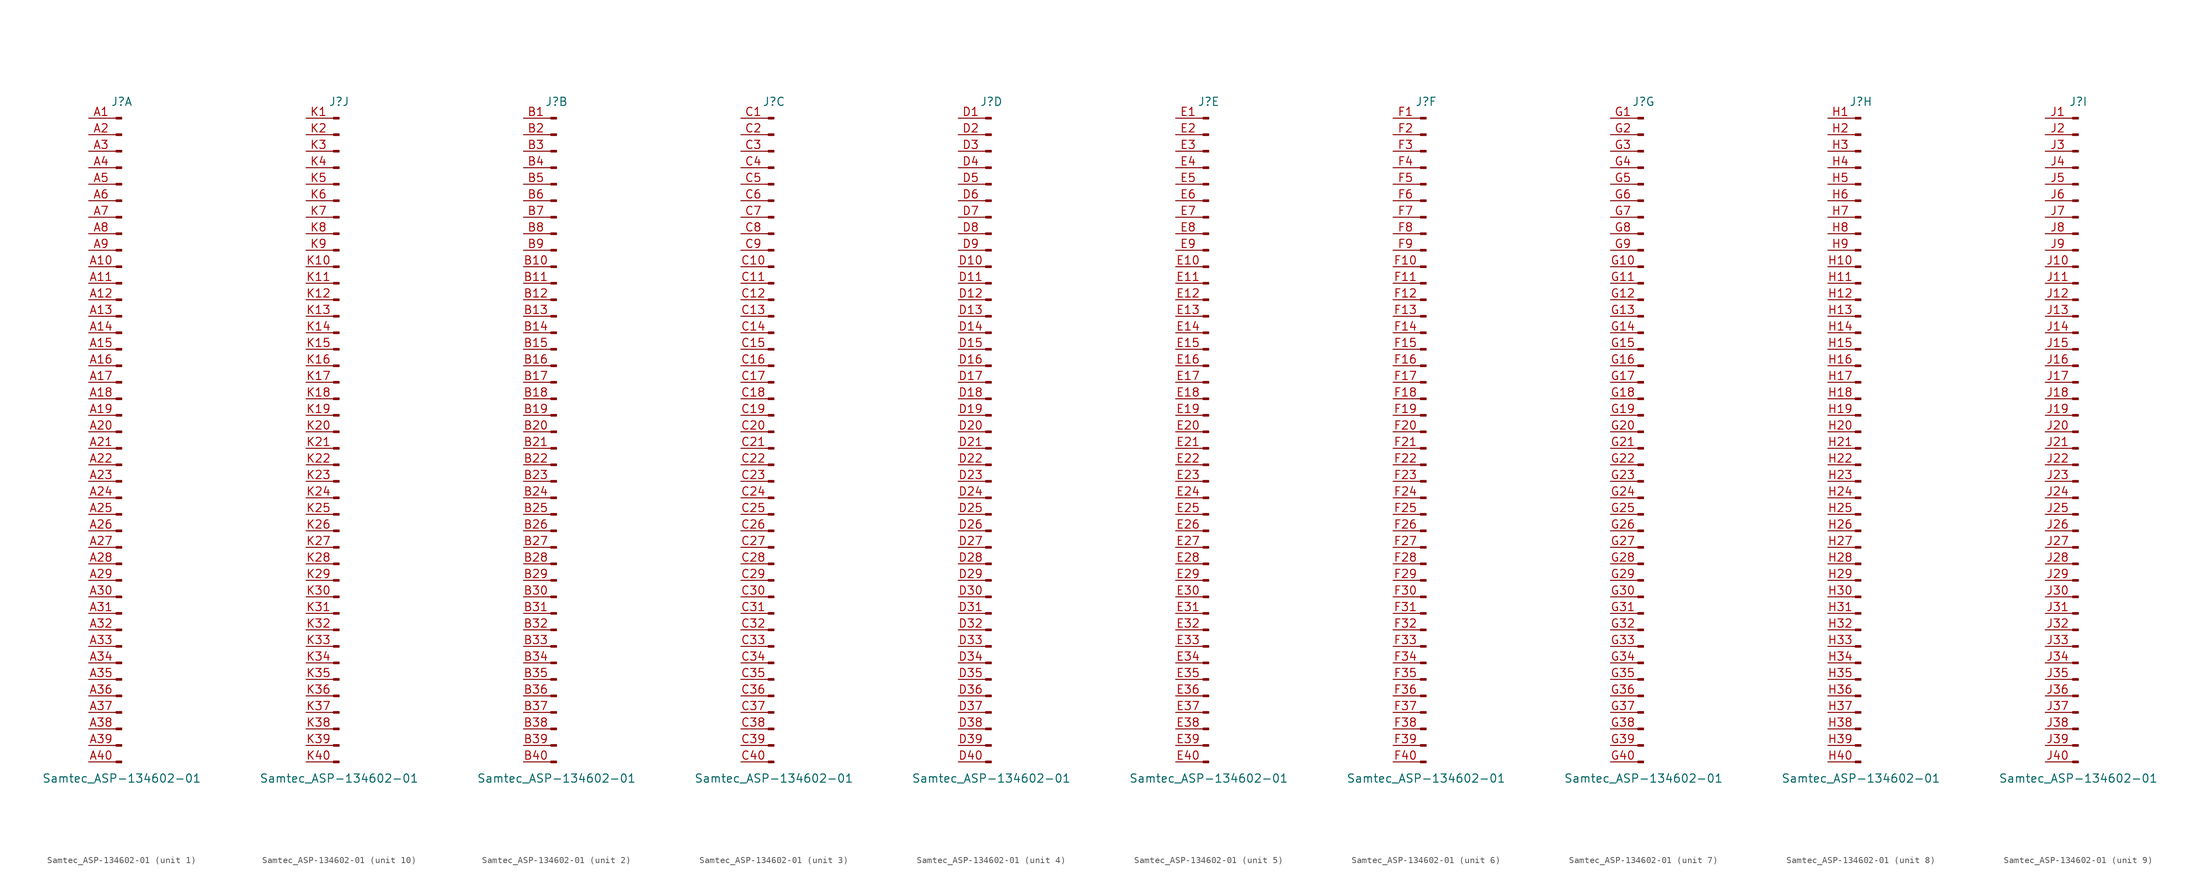
<source format=kicad_sym>
(kicad_symbol_lib
  (version 20200908)
  (generator kicad_symbol_editor)
  (symbol "Connector:Samtec_ASP-134602-01"
    (pin_names
      (offset 1.016) hide)
    (property "Reference" "J"
      (at 0 50.8 0)
      (effects (font (size 1.27 1.27))))
    (property "Value" "Samtec_ASP-134602-01"
      (at 0 -53.34 0)
      (effects (font (size 1.27 1.27))))
    (symbol "Samtec_ASP-134602-01_1_1"
      (rectangle (start -0.864 -50.673) (end 0 -50.927) (stroke (width 0.152)) (fill (type outline)))
      (rectangle (start -0.864 -48.133) (end 0 -48.387) (stroke (width 0.152)) (fill (type outline)))
      (rectangle (start -0.864 -45.593) (end 0 -45.847) (stroke (width 0.152)) (fill (type outline)))
      (rectangle (start -0.864 -43.053) (end 0 -43.307) (stroke (width 0.152)) (fill (type outline)))
      (rectangle (start -0.864 -40.513) (end 0 -40.767) (stroke (width 0.152)) (fill (type outline)))
      (rectangle (start -0.864 -37.973) (end 0 -38.227) (stroke (width 0.152)) (fill (type outline)))
      (rectangle (start -0.864 -35.433) (end 0 -35.687) (stroke (width 0.152)) (fill (type outline)))
      (rectangle (start -0.864 -32.893) (end 0 -33.147) (stroke (width 0.152)) (fill (type outline)))
      (rectangle (start -0.864 -30.353) (end 0 -30.607) (stroke (width 0.152)) (fill (type outline)))
      (rectangle (start -0.864 -27.813) (end 0 -28.067) (stroke (width 0.152)) (fill (type outline)))
      (rectangle (start -0.864 -25.273) (end 0 -25.527) (stroke (width 0.152)) (fill (type outline)))
      (rectangle (start -0.864 -22.733) (end 0 -22.987) (stroke (width 0.152)) (fill (type outline)))
      (rectangle (start -0.864 -20.193) (end 0 -20.447) (stroke (width 0.152)) (fill (type outline)))
      (rectangle (start -0.864 -17.653) (end 0 -17.907) (stroke (width 0.152)) (fill (type outline)))
      (rectangle (start -0.864 -15.113) (end 0 -15.367) (stroke (width 0.152)) (fill (type outline)))
      (rectangle (start -0.864 -12.573) (end 0 -12.827) (stroke (width 0.152)) (fill (type outline)))
      (rectangle (start -0.864 -10.033) (end 0 -10.287) (stroke (width 0.152)) (fill (type outline)))
      (rectangle (start -0.864 -7.493) (end 0 -7.747) (stroke (width 0.152)) (fill (type outline)))
      (rectangle (start -0.864 -4.953) (end 0 -5.207) (stroke (width 0.152)) (fill (type outline)))
      (rectangle (start -0.864 -2.413) (end 0 -2.667) (stroke (width 0.152)) (fill (type outline)))
      (rectangle (start -0.864 0.127) (end 0 -0.127) (stroke (width 0.152)) (fill (type outline)))
      (rectangle (start -0.864 2.667) (end 0 2.413) (stroke (width 0.152)) (fill (type outline)))
      (rectangle (start -0.864 5.207) (end 0 4.953) (stroke (width 0.152)) (fill (type outline)))
      (rectangle (start -0.864 7.747) (end 0 7.493) (stroke (width 0.152)) (fill (type outline)))
      (rectangle (start -0.864 10.287) (end 0 10.033) (stroke (width 0.152)) (fill (type outline)))
      (rectangle (start -0.864 12.827) (end 0 12.573) (stroke (width 0.152)) (fill (type outline)))
      (rectangle (start -0.864 15.367) (end 0 15.113) (stroke (width 0.152)) (fill (type outline)))
      (rectangle (start -0.864 17.907) (end 0 17.653) (stroke (width 0.152)) (fill (type outline)))
      (rectangle (start -0.864 20.447) (end 0 20.193) (stroke (width 0.152)) (fill (type outline)))
      (rectangle (start -0.864 22.987) (end 0 22.733) (stroke (width 0.152)) (fill (type outline)))
      (rectangle (start -0.864 25.527) (end 0 25.273) (stroke (width 0.152)) (fill (type outline)))
      (rectangle (start -0.864 28.067) (end 0 27.813) (stroke (width 0.152)) (fill (type outline)))
      (rectangle (start -0.864 30.607) (end 0 30.353) (stroke (width 0.152)) (fill (type outline)))
      (rectangle (start -0.864 33.147) (end 0 32.893) (stroke (width 0.152)) (fill (type outline)))
      (rectangle (start -0.864 35.687) (end 0 35.433) (stroke (width 0.152)) (fill (type outline)))
      (rectangle (start -0.864 38.227) (end 0 37.973) (stroke (width 0.152)) (fill (type outline)))
      (rectangle (start -0.864 40.767) (end 0 40.513) (stroke (width 0.152)) (fill (type outline)))
      (rectangle (start -0.864 43.307) (end 0 43.053) (stroke (width 0.152)) (fill (type outline)))
      (rectangle (start -0.864 45.847) (end 0 45.593) (stroke (width 0.152)) (fill (type outline)))
      (rectangle (start -0.864 48.387) (end 0 48.133) (stroke (width 0.152)) (fill (type outline)))
      (polyline (pts (xy -1.27 -50.8) (xy -0.864 -50.8)) (stroke (width 0.152)) (fill (type none)))
      (polyline (pts (xy -1.27 -48.26) (xy -0.864 -48.26)) (stroke (width 0.152)) (fill (type none)))
      (polyline (pts (xy -1.27 -45.72) (xy -0.864 -45.72)) (stroke (width 0.152)) (fill (type none)))
      (polyline (pts (xy -1.27 -43.18) (xy -0.864 -43.18)) (stroke (width 0.152)) (fill (type none)))
      (polyline (pts (xy -1.27 -40.64) (xy -0.864 -40.64)) (stroke (width 0.152)) (fill (type none)))
      (polyline (pts (xy -1.27 -38.1) (xy -0.864 -38.1)) (stroke (width 0.152)) (fill (type none)))
      (polyline (pts (xy -1.27 -35.56) (xy -0.864 -35.56)) (stroke (width 0.152)) (fill (type none)))
      (polyline (pts (xy -1.27 -33.02) (xy -0.864 -33.02)) (stroke (width 0.152)) (fill (type none)))
      (polyline (pts (xy -1.27 -30.48) (xy -0.864 -30.48)) (stroke (width 0.152)) (fill (type none)))
      (polyline (pts (xy -1.27 -27.94) (xy -0.864 -27.94)) (stroke (width 0.152)) (fill (type none)))
      (polyline (pts (xy -1.27 -25.4) (xy -0.864 -25.4)) (stroke (width 0.152)) (fill (type none)))
      (polyline (pts (xy -1.27 -22.86) (xy -0.864 -22.86)) (stroke (width 0.152)) (fill (type none)))
      (polyline (pts (xy -1.27 -20.32) (xy -0.864 -20.32)) (stroke (width 0.152)) (fill (type none)))
      (polyline (pts (xy -1.27 -17.78) (xy -0.864 -17.78)) (stroke (width 0.152)) (fill (type none)))
      (polyline (pts (xy -1.27 -15.24) (xy -0.864 -15.24)) (stroke (width 0.152)) (fill (type none)))
      (polyline (pts (xy -1.27 -12.7) (xy -0.864 -12.7)) (stroke (width 0.152)) (fill (type none)))
      (polyline (pts (xy -1.27 -10.16) (xy -0.864 -10.16)) (stroke (width 0.152)) (fill (type none)))
      (polyline (pts (xy -1.27 -7.62) (xy -0.864 -7.62)) (stroke (width 0.152)) (fill (type none)))
      (polyline (pts (xy -1.27 -5.08) (xy -0.864 -5.08)) (stroke (width 0.152)) (fill (type none)))
      (polyline (pts (xy -1.27 -2.54) (xy -0.864 -2.54)) (stroke (width 0.152)) (fill (type none)))
      (polyline (pts (xy -1.27 0) (xy -0.864 0)) (stroke (width 0.152)) (fill (type none)))
      (polyline (pts (xy -1.27 2.54) (xy -0.864 2.54)) (stroke (width 0.152)) (fill (type none)))
      (polyline (pts (xy -1.27 5.08) (xy -0.864 5.08)) (stroke (width 0.152)) (fill (type none)))
      (polyline (pts (xy -1.27 7.62) (xy -0.864 7.62)) (stroke (width 0.152)) (fill (type none)))
      (polyline (pts (xy -1.27 10.16) (xy -0.864 10.16)) (stroke (width 0.152)) (fill (type none)))
      (polyline (pts (xy -1.27 12.7) (xy -0.864 12.7)) (stroke (width 0.152)) (fill (type none)))
      (polyline (pts (xy -1.27 15.24) (xy -0.864 15.24)) (stroke (width 0.152)) (fill (type none)))
      (polyline (pts (xy -1.27 17.78) (xy -0.864 17.78)) (stroke (width 0.152)) (fill (type none)))
      (polyline (pts (xy -1.27 20.32) (xy -0.864 20.32)) (stroke (width 0.152)) (fill (type none)))
      (polyline (pts (xy -1.27 22.86) (xy -0.864 22.86)) (stroke (width 0.152)) (fill (type none)))
      (polyline (pts (xy -1.27 25.4) (xy -0.864 25.4)) (stroke (width 0.152)) (fill (type none)))
      (polyline (pts (xy -1.27 27.94) (xy -0.864 27.94)) (stroke (width 0.152)) (fill (type none)))
      (polyline (pts (xy -1.27 30.48) (xy -0.864 30.48)) (stroke (width 0.152)) (fill (type none)))
      (polyline (pts (xy -1.27 33.02) (xy -0.864 33.02)) (stroke (width 0.152)) (fill (type none)))
      (polyline (pts (xy -1.27 35.56) (xy -0.864 35.56)) (stroke (width 0.152)) (fill (type none)))
      (polyline (pts (xy -1.27 38.1) (xy -0.864 38.1)) (stroke (width 0.152)) (fill (type none)))
      (polyline (pts (xy -1.27 40.64) (xy -0.864 40.64)) (stroke (width 0.152)) (fill (type none)))
      (polyline (pts (xy -1.27 43.18) (xy -0.864 43.18)) (stroke (width 0.152)) (fill (type none)))
      (polyline (pts (xy -1.27 45.72) (xy -0.864 45.72)) (stroke (width 0.152)) (fill (type none)))
      (polyline (pts (xy -1.27 48.26) (xy -0.864 48.26)) (stroke (width 0.152)) (fill (type none)))
      (pin passive line (at -5.08 48.26 0) (length 3.81) (name "Pin_1" (effects (font (size 1.27 1.27)))) (number "A1" (effects (font (size 1.27 1.27)))))
      (pin passive line (at -5.08 25.4 0) (length 3.81) (name "Pin_10" (effects (font (size 1.27 1.27)))) (number "A10" (effects (font (size 1.27 1.27)))))
      (pin passive line (at -5.08 22.86 0) (length 3.81) (name "Pin_11" (effects (font (size 1.27 1.27)))) (number "A11" (effects (font (size 1.27 1.27)))))
      (pin passive line (at -5.08 20.32 0) (length 3.81) (name "Pin_12" (effects (font (size 1.27 1.27)))) (number "A12" (effects (font (size 1.27 1.27)))))
      (pin passive line (at -5.08 17.78 0) (length 3.81) (name "Pin_13" (effects (font (size 1.27 1.27)))) (number "A13" (effects (font (size 1.27 1.27)))))
      (pin passive line (at -5.08 15.24 0) (length 3.81) (name "Pin_14" (effects (font (size 1.27 1.27)))) (number "A14" (effects (font (size 1.27 1.27)))))
      (pin passive line (at -5.08 12.7 0) (length 3.81) (name "Pin_15" (effects (font (size 1.27 1.27)))) (number "A15" (effects (font (size 1.27 1.27)))))
      (pin passive line (at -5.08 10.16 0) (length 3.81) (name "Pin_16" (effects (font (size 1.27 1.27)))) (number "A16" (effects (font (size 1.27 1.27)))))
      (pin passive line (at -5.08 7.62 0) (length 3.81) (name "Pin_17" (effects (font (size 1.27 1.27)))) (number "A17" (effects (font (size 1.27 1.27)))))
      (pin passive line (at -5.08 5.08 0) (length 3.81) (name "Pin_18" (effects (font (size 1.27 1.27)))) (number "A18" (effects (font (size 1.27 1.27)))))
      (pin passive line (at -5.08 2.54 0) (length 3.81) (name "Pin_19" (effects (font (size 1.27 1.27)))) (number "A19" (effects (font (size 1.27 1.27)))))
      (pin passive line (at -5.08 45.72 0) (length 3.81) (name "Pin_2" (effects (font (size 1.27 1.27)))) (number "A2" (effects (font (size 1.27 1.27)))))
      (pin passive line (at -5.08 0 0) (length 3.81) (name "Pin_20" (effects (font (size 1.27 1.27)))) (number "A20" (effects (font (size 1.27 1.27)))))
      (pin passive line (at -5.08 -2.54 0) (length 3.81) (name "Pin_21" (effects (font (size 1.27 1.27)))) (number "A21" (effects (font (size 1.27 1.27)))))
      (pin passive line (at -5.08 -5.08 0) (length 3.81) (name "Pin_22" (effects (font (size 1.27 1.27)))) (number "A22" (effects (font (size 1.27 1.27)))))
      (pin passive line (at -5.08 -7.62 0) (length 3.81) (name "Pin_23" (effects (font (size 1.27 1.27)))) (number "A23" (effects (font (size 1.27 1.27)))))
      (pin passive line (at -5.08 -10.16 0) (length 3.81) (name "Pin_24" (effects (font (size 1.27 1.27)))) (number "A24" (effects (font (size 1.27 1.27)))))
      (pin passive line (at -5.08 -12.7 0) (length 3.81) (name "Pin_25" (effects (font (size 1.27 1.27)))) (number "A25" (effects (font (size 1.27 1.27)))))
      (pin passive line (at -5.08 -15.24 0) (length 3.81) (name "Pin_26" (effects (font (size 1.27 1.27)))) (number "A26" (effects (font (size 1.27 1.27)))))
      (pin passive line (at -5.08 -17.78 0) (length 3.81) (name "Pin_27" (effects (font (size 1.27 1.27)))) (number "A27" (effects (font (size 1.27 1.27)))))
      (pin passive line (at -5.08 -20.32 0) (length 3.81) (name "Pin_28" (effects (font (size 1.27 1.27)))) (number "A28" (effects (font (size 1.27 1.27)))))
      (pin passive line (at -5.08 -22.86 0) (length 3.81) (name "Pin_29" (effects (font (size 1.27 1.27)))) (number "A29" (effects (font (size 1.27 1.27)))))
      (pin passive line (at -5.08 43.18 0) (length 3.81) (name "Pin_3" (effects (font (size 1.27 1.27)))) (number "A3" (effects (font (size 1.27 1.27)))))
      (pin passive line (at -5.08 -25.4 0) (length 3.81) (name "Pin_30" (effects (font (size 1.27 1.27)))) (number "A30" (effects (font (size 1.27 1.27)))))
      (pin passive line (at -5.08 -27.94 0) (length 3.81) (name "Pin_31" (effects (font (size 1.27 1.27)))) (number "A31" (effects (font (size 1.27 1.27)))))
      (pin passive line (at -5.08 -30.48 0) (length 3.81) (name "Pin_32" (effects (font (size 1.27 1.27)))) (number "A32" (effects (font (size 1.27 1.27)))))
      (pin passive line (at -5.08 -33.02 0) (length 3.81) (name "Pin_33" (effects (font (size 1.27 1.27)))) (number "A33" (effects (font (size 1.27 1.27)))))
      (pin passive line (at -5.08 -35.56 0) (length 3.81) (name "Pin_34" (effects (font (size 1.27 1.27)))) (number "A34" (effects (font (size 1.27 1.27)))))
      (pin passive line (at -5.08 -38.1 0) (length 3.81) (name "Pin_35" (effects (font (size 1.27 1.27)))) (number "A35" (effects (font (size 1.27 1.27)))))
      (pin passive line (at -5.08 -40.64 0) (length 3.81) (name "Pin_36" (effects (font (size 1.27 1.27)))) (number "A36" (effects (font (size 1.27 1.27)))))
      (pin passive line (at -5.08 -43.18 0) (length 3.81) (name "Pin_37" (effects (font (size 1.27 1.27)))) (number "A37" (effects (font (size 1.27 1.27)))))
      (pin passive line (at -5.08 -45.72 0) (length 3.81) (name "Pin_38" (effects (font (size 1.27 1.27)))) (number "A38" (effects (font (size 1.27 1.27)))))
      (pin passive line (at -5.08 -48.26 0) (length 3.81) (name "Pin_39" (effects (font (size 1.27 1.27)))) (number "A39" (effects (font (size 1.27 1.27)))))
      (pin passive line (at -5.08 40.64 0) (length 3.81) (name "Pin_4" (effects (font (size 1.27 1.27)))) (number "A4" (effects (font (size 1.27 1.27)))))
      (pin passive line (at -5.08 -50.8 0) (length 3.81) (name "Pin_40" (effects (font (size 1.27 1.27)))) (number "A40" (effects (font (size 1.27 1.27)))))
      (pin passive line (at -5.08 38.1 0) (length 3.81) (name "Pin_5" (effects (font (size 1.27 1.27)))) (number "A5" (effects (font (size 1.27 1.27)))))
      (pin passive line (at -5.08 35.56 0) (length 3.81) (name "Pin_6" (effects (font (size 1.27 1.27)))) (number "A6" (effects (font (size 1.27 1.27)))))
      (pin passive line (at -5.08 33.02 0) (length 3.81) (name "Pin_7" (effects (font (size 1.27 1.27)))) (number "A7" (effects (font (size 1.27 1.27)))))
      (pin passive line (at -5.08 30.48 0) (length 3.81) (name "Pin_8" (effects (font (size 1.27 1.27)))) (number "A8" (effects (font (size 1.27 1.27)))))
      (pin passive line (at -5.08 27.94 0) (length 3.81) (name "Pin_9" (effects (font (size 1.27 1.27)))) (number "A9" (effects (font (size 1.27 1.27))))))
    (symbol "Samtec_ASP-134602-01_2_1"
      (rectangle (start -0.864 -50.673) (end 0 -50.927) (stroke (width 0.152)) (fill (type outline)))
      (rectangle (start -0.864 -48.133) (end 0 -48.387) (stroke (width 0.152)) (fill (type outline)))
      (rectangle (start -0.864 -45.593) (end 0 -45.847) (stroke (width 0.152)) (fill (type outline)))
      (rectangle (start -0.864 -43.053) (end 0 -43.307) (stroke (width 0.152)) (fill (type outline)))
      (rectangle (start -0.864 -40.513) (end 0 -40.767) (stroke (width 0.152)) (fill (type outline)))
      (rectangle (start -0.864 -37.973) (end 0 -38.227) (stroke (width 0.152)) (fill (type outline)))
      (rectangle (start -0.864 -35.433) (end 0 -35.687) (stroke (width 0.152)) (fill (type outline)))
      (rectangle (start -0.864 -32.893) (end 0 -33.147) (stroke (width 0.152)) (fill (type outline)))
      (rectangle (start -0.864 -30.353) (end 0 -30.607) (stroke (width 0.152)) (fill (type outline)))
      (rectangle (start -0.864 -27.813) (end 0 -28.067) (stroke (width 0.152)) (fill (type outline)))
      (rectangle (start -0.864 -25.273) (end 0 -25.527) (stroke (width 0.152)) (fill (type outline)))
      (rectangle (start -0.864 -22.733) (end 0 -22.987) (stroke (width 0.152)) (fill (type outline)))
      (rectangle (start -0.864 -20.193) (end 0 -20.447) (stroke (width 0.152)) (fill (type outline)))
      (rectangle (start -0.864 -17.653) (end 0 -17.907) (stroke (width 0.152)) (fill (type outline)))
      (rectangle (start -0.864 -15.113) (end 0 -15.367) (stroke (width 0.152)) (fill (type outline)))
      (rectangle (start -0.864 -12.573) (end 0 -12.827) (stroke (width 0.152)) (fill (type outline)))
      (rectangle (start -0.864 -10.033) (end 0 -10.287) (stroke (width 0.152)) (fill (type outline)))
      (rectangle (start -0.864 -7.493) (end 0 -7.747) (stroke (width 0.152)) (fill (type outline)))
      (rectangle (start -0.864 -4.953) (end 0 -5.207) (stroke (width 0.152)) (fill (type outline)))
      (rectangle (start -0.864 -2.413) (end 0 -2.667) (stroke (width 0.152)) (fill (type outline)))
      (rectangle (start -0.864 0.127) (end 0 -0.127) (stroke (width 0.152)) (fill (type outline)))
      (rectangle (start -0.864 2.667) (end 0 2.413) (stroke (width 0.152)) (fill (type outline)))
      (rectangle (start -0.864 5.207) (end 0 4.953) (stroke (width 0.152)) (fill (type outline)))
      (rectangle (start -0.864 7.747) (end 0 7.493) (stroke (width 0.152)) (fill (type outline)))
      (rectangle (start -0.864 10.287) (end 0 10.033) (stroke (width 0.152)) (fill (type outline)))
      (rectangle (start -0.864 12.827) (end 0 12.573) (stroke (width 0.152)) (fill (type outline)))
      (rectangle (start -0.864 15.367) (end 0 15.113) (stroke (width 0.152)) (fill (type outline)))
      (rectangle (start -0.864 17.907) (end 0 17.653) (stroke (width 0.152)) (fill (type outline)))
      (rectangle (start -0.864 20.447) (end 0 20.193) (stroke (width 0.152)) (fill (type outline)))
      (rectangle (start -0.864 22.987) (end 0 22.733) (stroke (width 0.152)) (fill (type outline)))
      (rectangle (start -0.864 25.527) (end 0 25.273) (stroke (width 0.152)) (fill (type outline)))
      (rectangle (start -0.864 28.067) (end 0 27.813) (stroke (width 0.152)) (fill (type outline)))
      (rectangle (start -0.864 30.607) (end 0 30.353) (stroke (width 0.152)) (fill (type outline)))
      (rectangle (start -0.864 33.147) (end 0 32.893) (stroke (width 0.152)) (fill (type outline)))
      (rectangle (start -0.864 35.687) (end 0 35.433) (stroke (width 0.152)) (fill (type outline)))
      (rectangle (start -0.864 38.227) (end 0 37.973) (stroke (width 0.152)) (fill (type outline)))
      (rectangle (start -0.864 40.767) (end 0 40.513) (stroke (width 0.152)) (fill (type outline)))
      (rectangle (start -0.864 43.307) (end 0 43.053) (stroke (width 0.152)) (fill (type outline)))
      (rectangle (start -0.864 45.847) (end 0 45.593) (stroke (width 0.152)) (fill (type outline)))
      (rectangle (start -0.864 48.387) (end 0 48.133) (stroke (width 0.152)) (fill (type outline)))
      (polyline (pts (xy -1.27 -50.8) (xy -0.864 -50.8)) (stroke (width 0.152)) (fill (type none)))
      (polyline (pts (xy -1.27 -48.26) (xy -0.864 -48.26)) (stroke (width 0.152)) (fill (type none)))
      (polyline (pts (xy -1.27 -45.72) (xy -0.864 -45.72)) (stroke (width 0.152)) (fill (type none)))
      (polyline (pts (xy -1.27 -43.18) (xy -0.864 -43.18)) (stroke (width 0.152)) (fill (type none)))
      (polyline (pts (xy -1.27 -40.64) (xy -0.864 -40.64)) (stroke (width 0.152)) (fill (type none)))
      (polyline (pts (xy -1.27 -38.1) (xy -0.864 -38.1)) (stroke (width 0.152)) (fill (type none)))
      (polyline (pts (xy -1.27 -35.56) (xy -0.864 -35.56)) (stroke (width 0.152)) (fill (type none)))
      (polyline (pts (xy -1.27 -33.02) (xy -0.864 -33.02)) (stroke (width 0.152)) (fill (type none)))
      (polyline (pts (xy -1.27 -30.48) (xy -0.864 -30.48)) (stroke (width 0.152)) (fill (type none)))
      (polyline (pts (xy -1.27 -27.94) (xy -0.864 -27.94)) (stroke (width 0.152)) (fill (type none)))
      (polyline (pts (xy -1.27 -25.4) (xy -0.864 -25.4)) (stroke (width 0.152)) (fill (type none)))
      (polyline (pts (xy -1.27 -22.86) (xy -0.864 -22.86)) (stroke (width 0.152)) (fill (type none)))
      (polyline (pts (xy -1.27 -20.32) (xy -0.864 -20.32)) (stroke (width 0.152)) (fill (type none)))
      (polyline (pts (xy -1.27 -17.78) (xy -0.864 -17.78)) (stroke (width 0.152)) (fill (type none)))
      (polyline (pts (xy -1.27 -15.24) (xy -0.864 -15.24)) (stroke (width 0.152)) (fill (type none)))
      (polyline (pts (xy -1.27 -12.7) (xy -0.864 -12.7)) (stroke (width 0.152)) (fill (type none)))
      (polyline (pts (xy -1.27 -10.16) (xy -0.864 -10.16)) (stroke (width 0.152)) (fill (type none)))
      (polyline (pts (xy -1.27 -7.62) (xy -0.864 -7.62)) (stroke (width 0.152)) (fill (type none)))
      (polyline (pts (xy -1.27 -5.08) (xy -0.864 -5.08)) (stroke (width 0.152)) (fill (type none)))
      (polyline (pts (xy -1.27 -2.54) (xy -0.864 -2.54)) (stroke (width 0.152)) (fill (type none)))
      (polyline (pts (xy -1.27 0) (xy -0.864 0)) (stroke (width 0.152)) (fill (type none)))
      (polyline (pts (xy -1.27 2.54) (xy -0.864 2.54)) (stroke (width 0.152)) (fill (type none)))
      (polyline (pts (xy -1.27 5.08) (xy -0.864 5.08)) (stroke (width 0.152)) (fill (type none)))
      (polyline (pts (xy -1.27 7.62) (xy -0.864 7.62)) (stroke (width 0.152)) (fill (type none)))
      (polyline (pts (xy -1.27 10.16) (xy -0.864 10.16)) (stroke (width 0.152)) (fill (type none)))
      (polyline (pts (xy -1.27 12.7) (xy -0.864 12.7)) (stroke (width 0.152)) (fill (type none)))
      (polyline (pts (xy -1.27 15.24) (xy -0.864 15.24)) (stroke (width 0.152)) (fill (type none)))
      (polyline (pts (xy -1.27 17.78) (xy -0.864 17.78)) (stroke (width 0.152)) (fill (type none)))
      (polyline (pts (xy -1.27 20.32) (xy -0.864 20.32)) (stroke (width 0.152)) (fill (type none)))
      (polyline (pts (xy -1.27 22.86) (xy -0.864 22.86)) (stroke (width 0.152)) (fill (type none)))
      (polyline (pts (xy -1.27 25.4) (xy -0.864 25.4)) (stroke (width 0.152)) (fill (type none)))
      (polyline (pts (xy -1.27 27.94) (xy -0.864 27.94)) (stroke (width 0.152)) (fill (type none)))
      (polyline (pts (xy -1.27 30.48) (xy -0.864 30.48)) (stroke (width 0.152)) (fill (type none)))
      (polyline (pts (xy -1.27 33.02) (xy -0.864 33.02)) (stroke (width 0.152)) (fill (type none)))
      (polyline (pts (xy -1.27 35.56) (xy -0.864 35.56)) (stroke (width 0.152)) (fill (type none)))
      (polyline (pts (xy -1.27 38.1) (xy -0.864 38.1)) (stroke (width 0.152)) (fill (type none)))
      (polyline (pts (xy -1.27 40.64) (xy -0.864 40.64)) (stroke (width 0.152)) (fill (type none)))
      (polyline (pts (xy -1.27 43.18) (xy -0.864 43.18)) (stroke (width 0.152)) (fill (type none)))
      (polyline (pts (xy -1.27 45.72) (xy -0.864 45.72)) (stroke (width 0.152)) (fill (type none)))
      (polyline (pts (xy -1.27 48.26) (xy -0.864 48.26)) (stroke (width 0.152)) (fill (type none)))
      (pin passive line (at -5.08 48.26 0) (length 3.81) (name "Pin_1" (effects (font (size 1.27 1.27)))) (number "B1" (effects (font (size 1.27 1.27)))))
      (pin passive line (at -5.08 25.4 0) (length 3.81) (name "Pin_10" (effects (font (size 1.27 1.27)))) (number "B10" (effects (font (size 1.27 1.27)))))
      (pin passive line (at -5.08 22.86 0) (length 3.81) (name "Pin_11" (effects (font (size 1.27 1.27)))) (number "B11" (effects (font (size 1.27 1.27)))))
      (pin passive line (at -5.08 20.32 0) (length 3.81) (name "Pin_12" (effects (font (size 1.27 1.27)))) (number "B12" (effects (font (size 1.27 1.27)))))
      (pin passive line (at -5.08 17.78 0) (length 3.81) (name "Pin_13" (effects (font (size 1.27 1.27)))) (number "B13" (effects (font (size 1.27 1.27)))))
      (pin passive line (at -5.08 15.24 0) (length 3.81) (name "Pin_14" (effects (font (size 1.27 1.27)))) (number "B14" (effects (font (size 1.27 1.27)))))
      (pin passive line (at -5.08 12.7 0) (length 3.81) (name "Pin_15" (effects (font (size 1.27 1.27)))) (number "B15" (effects (font (size 1.27 1.27)))))
      (pin passive line (at -5.08 10.16 0) (length 3.81) (name "Pin_16" (effects (font (size 1.27 1.27)))) (number "B16" (effects (font (size 1.27 1.27)))))
      (pin passive line (at -5.08 7.62 0) (length 3.81) (name "Pin_17" (effects (font (size 1.27 1.27)))) (number "B17" (effects (font (size 1.27 1.27)))))
      (pin passive line (at -5.08 5.08 0) (length 3.81) (name "Pin_18" (effects (font (size 1.27 1.27)))) (number "B18" (effects (font (size 1.27 1.27)))))
      (pin passive line (at -5.08 2.54 0) (length 3.81) (name "Pin_19" (effects (font (size 1.27 1.27)))) (number "B19" (effects (font (size 1.27 1.27)))))
      (pin passive line (at -5.08 45.72 0) (length 3.81) (name "Pin_2" (effects (font (size 1.27 1.27)))) (number "B2" (effects (font (size 1.27 1.27)))))
      (pin passive line (at -5.08 0 0) (length 3.81) (name "Pin_20" (effects (font (size 1.27 1.27)))) (number "B20" (effects (font (size 1.27 1.27)))))
      (pin passive line (at -5.08 -2.54 0) (length 3.81) (name "Pin_21" (effects (font (size 1.27 1.27)))) (number "B21" (effects (font (size 1.27 1.27)))))
      (pin passive line (at -5.08 -5.08 0) (length 3.81) (name "Pin_22" (effects (font (size 1.27 1.27)))) (number "B22" (effects (font (size 1.27 1.27)))))
      (pin passive line (at -5.08 -7.62 0) (length 3.81) (name "Pin_23" (effects (font (size 1.27 1.27)))) (number "B23" (effects (font (size 1.27 1.27)))))
      (pin passive line (at -5.08 -10.16 0) (length 3.81) (name "Pin_24" (effects (font (size 1.27 1.27)))) (number "B24" (effects (font (size 1.27 1.27)))))
      (pin passive line (at -5.08 -12.7 0) (length 3.81) (name "Pin_25" (effects (font (size 1.27 1.27)))) (number "B25" (effects (font (size 1.27 1.27)))))
      (pin passive line (at -5.08 -15.24 0) (length 3.81) (name "Pin_26" (effects (font (size 1.27 1.27)))) (number "B26" (effects (font (size 1.27 1.27)))))
      (pin passive line (at -5.08 -17.78 0) (length 3.81) (name "Pin_27" (effects (font (size 1.27 1.27)))) (number "B27" (effects (font (size 1.27 1.27)))))
      (pin passive line (at -5.08 -20.32 0) (length 3.81) (name "Pin_28" (effects (font (size 1.27 1.27)))) (number "B28" (effects (font (size 1.27 1.27)))))
      (pin passive line (at -5.08 -22.86 0) (length 3.81) (name "Pin_29" (effects (font (size 1.27 1.27)))) (number "B29" (effects (font (size 1.27 1.27)))))
      (pin passive line (at -5.08 43.18 0) (length 3.81) (name "Pin_3" (effects (font (size 1.27 1.27)))) (number "B3" (effects (font (size 1.27 1.27)))))
      (pin passive line (at -5.08 -25.4 0) (length 3.81) (name "Pin_30" (effects (font (size 1.27 1.27)))) (number "B30" (effects (font (size 1.27 1.27)))))
      (pin passive line (at -5.08 -27.94 0) (length 3.81) (name "Pin_31" (effects (font (size 1.27 1.27)))) (number "B31" (effects (font (size 1.27 1.27)))))
      (pin passive line (at -5.08 -30.48 0) (length 3.81) (name "Pin_32" (effects (font (size 1.27 1.27)))) (number "B32" (effects (font (size 1.27 1.27)))))
      (pin passive line (at -5.08 -33.02 0) (length 3.81) (name "Pin_33" (effects (font (size 1.27 1.27)))) (number "B33" (effects (font (size 1.27 1.27)))))
      (pin passive line (at -5.08 -35.56 0) (length 3.81) (name "Pin_34" (effects (font (size 1.27 1.27)))) (number "B34" (effects (font (size 1.27 1.27)))))
      (pin passive line (at -5.08 -38.1 0) (length 3.81) (name "Pin_35" (effects (font (size 1.27 1.27)))) (number "B35" (effects (font (size 1.27 1.27)))))
      (pin passive line (at -5.08 -40.64 0) (length 3.81) (name "Pin_36" (effects (font (size 1.27 1.27)))) (number "B36" (effects (font (size 1.27 1.27)))))
      (pin passive line (at -5.08 -43.18 0) (length 3.81) (name "Pin_37" (effects (font (size 1.27 1.27)))) (number "B37" (effects (font (size 1.27 1.27)))))
      (pin passive line (at -5.08 -45.72 0) (length 3.81) (name "Pin_38" (effects (font (size 1.27 1.27)))) (number "B38" (effects (font (size 1.27 1.27)))))
      (pin passive line (at -5.08 -48.26 0) (length 3.81) (name "Pin_39" (effects (font (size 1.27 1.27)))) (number "B39" (effects (font (size 1.27 1.27)))))
      (pin passive line (at -5.08 40.64 0) (length 3.81) (name "Pin_4" (effects (font (size 1.27 1.27)))) (number "B4" (effects (font (size 1.27 1.27)))))
      (pin passive line (at -5.08 -50.8 0) (length 3.81) (name "Pin_40" (effects (font (size 1.27 1.27)))) (number "B40" (effects (font (size 1.27 1.27)))))
      (pin passive line (at -5.08 38.1 0) (length 3.81) (name "Pin_5" (effects (font (size 1.27 1.27)))) (number "B5" (effects (font (size 1.27 1.27)))))
      (pin passive line (at -5.08 35.56 0) (length 3.81) (name "Pin_6" (effects (font (size 1.27 1.27)))) (number "B6" (effects (font (size 1.27 1.27)))))
      (pin passive line (at -5.08 33.02 0) (length 3.81) (name "Pin_7" (effects (font (size 1.27 1.27)))) (number "B7" (effects (font (size 1.27 1.27)))))
      (pin passive line (at -5.08 30.48 0) (length 3.81) (name "Pin_8" (effects (font (size 1.27 1.27)))) (number "B8" (effects (font (size 1.27 1.27)))))
      (pin passive line (at -5.08 27.94 0) (length 3.81) (name "Pin_9" (effects (font (size 1.27 1.27)))) (number "B9" (effects (font (size 1.27 1.27))))))
    (symbol "Samtec_ASP-134602-01_3_1"
      (rectangle (start -0.864 -50.673) (end 0 -50.927) (stroke (width 0.152)) (fill (type outline)))
      (rectangle (start -0.864 -48.133) (end 0 -48.387) (stroke (width 0.152)) (fill (type outline)))
      (rectangle (start -0.864 -45.593) (end 0 -45.847) (stroke (width 0.152)) (fill (type outline)))
      (rectangle (start -0.864 -43.053) (end 0 -43.307) (stroke (width 0.152)) (fill (type outline)))
      (rectangle (start -0.864 -40.513) (end 0 -40.767) (stroke (width 0.152)) (fill (type outline)))
      (rectangle (start -0.864 -37.973) (end 0 -38.227) (stroke (width 0.152)) (fill (type outline)))
      (rectangle (start -0.864 -35.433) (end 0 -35.687) (stroke (width 0.152)) (fill (type outline)))
      (rectangle (start -0.864 -32.893) (end 0 -33.147) (stroke (width 0.152)) (fill (type outline)))
      (rectangle (start -0.864 -30.353) (end 0 -30.607) (stroke (width 0.152)) (fill (type outline)))
      (rectangle (start -0.864 -27.813) (end 0 -28.067) (stroke (width 0.152)) (fill (type outline)))
      (rectangle (start -0.864 -25.273) (end 0 -25.527) (stroke (width 0.152)) (fill (type outline)))
      (rectangle (start -0.864 -22.733) (end 0 -22.987) (stroke (width 0.152)) (fill (type outline)))
      (rectangle (start -0.864 -20.193) (end 0 -20.447) (stroke (width 0.152)) (fill (type outline)))
      (rectangle (start -0.864 -17.653) (end 0 -17.907) (stroke (width 0.152)) (fill (type outline)))
      (rectangle (start -0.864 -15.113) (end 0 -15.367) (stroke (width 0.152)) (fill (type outline)))
      (rectangle (start -0.864 -12.573) (end 0 -12.827) (stroke (width 0.152)) (fill (type outline)))
      (rectangle (start -0.864 -10.033) (end 0 -10.287) (stroke (width 0.152)) (fill (type outline)))
      (rectangle (start -0.864 -7.493) (end 0 -7.747) (stroke (width 0.152)) (fill (type outline)))
      (rectangle (start -0.864 -4.953) (end 0 -5.207) (stroke (width 0.152)) (fill (type outline)))
      (rectangle (start -0.864 -2.413) (end 0 -2.667) (stroke (width 0.152)) (fill (type outline)))
      (rectangle (start -0.864 0.127) (end 0 -0.127) (stroke (width 0.152)) (fill (type outline)))
      (rectangle (start -0.864 2.667) (end 0 2.413) (stroke (width 0.152)) (fill (type outline)))
      (rectangle (start -0.864 5.207) (end 0 4.953) (stroke (width 0.152)) (fill (type outline)))
      (rectangle (start -0.864 7.747) (end 0 7.493) (stroke (width 0.152)) (fill (type outline)))
      (rectangle (start -0.864 10.287) (end 0 10.033) (stroke (width 0.152)) (fill (type outline)))
      (rectangle (start -0.864 12.827) (end 0 12.573) (stroke (width 0.152)) (fill (type outline)))
      (rectangle (start -0.864 15.367) (end 0 15.113) (stroke (width 0.152)) (fill (type outline)))
      (rectangle (start -0.864 17.907) (end 0 17.653) (stroke (width 0.152)) (fill (type outline)))
      (rectangle (start -0.864 20.447) (end 0 20.193) (stroke (width 0.152)) (fill (type outline)))
      (rectangle (start -0.864 22.987) (end 0 22.733) (stroke (width 0.152)) (fill (type outline)))
      (rectangle (start -0.864 25.527) (end 0 25.273) (stroke (width 0.152)) (fill (type outline)))
      (rectangle (start -0.864 28.067) (end 0 27.813) (stroke (width 0.152)) (fill (type outline)))
      (rectangle (start -0.864 30.607) (end 0 30.353) (stroke (width 0.152)) (fill (type outline)))
      (rectangle (start -0.864 33.147) (end 0 32.893) (stroke (width 0.152)) (fill (type outline)))
      (rectangle (start -0.864 35.687) (end 0 35.433) (stroke (width 0.152)) (fill (type outline)))
      (rectangle (start -0.864 38.227) (end 0 37.973) (stroke (width 0.152)) (fill (type outline)))
      (rectangle (start -0.864 40.767) (end 0 40.513) (stroke (width 0.152)) (fill (type outline)))
      (rectangle (start -0.864 43.307) (end 0 43.053) (stroke (width 0.152)) (fill (type outline)))
      (rectangle (start -0.864 45.847) (end 0 45.593) (stroke (width 0.152)) (fill (type outline)))
      (rectangle (start -0.864 48.387) (end 0 48.133) (stroke (width 0.152)) (fill (type outline)))
      (polyline (pts (xy -1.27 -50.8) (xy -0.864 -50.8)) (stroke (width 0.152)) (fill (type none)))
      (polyline (pts (xy -1.27 -48.26) (xy -0.864 -48.26)) (stroke (width 0.152)) (fill (type none)))
      (polyline (pts (xy -1.27 -45.72) (xy -0.864 -45.72)) (stroke (width 0.152)) (fill (type none)))
      (polyline (pts (xy -1.27 -43.18) (xy -0.864 -43.18)) (stroke (width 0.152)) (fill (type none)))
      (polyline (pts (xy -1.27 -40.64) (xy -0.864 -40.64)) (stroke (width 0.152)) (fill (type none)))
      (polyline (pts (xy -1.27 -38.1) (xy -0.864 -38.1)) (stroke (width 0.152)) (fill (type none)))
      (polyline (pts (xy -1.27 -35.56) (xy -0.864 -35.56)) (stroke (width 0.152)) (fill (type none)))
      (polyline (pts (xy -1.27 -33.02) (xy -0.864 -33.02)) (stroke (width 0.152)) (fill (type none)))
      (polyline (pts (xy -1.27 -30.48) (xy -0.864 -30.48)) (stroke (width 0.152)) (fill (type none)))
      (polyline (pts (xy -1.27 -27.94) (xy -0.864 -27.94)) (stroke (width 0.152)) (fill (type none)))
      (polyline (pts (xy -1.27 -25.4) (xy -0.864 -25.4)) (stroke (width 0.152)) (fill (type none)))
      (polyline (pts (xy -1.27 -22.86) (xy -0.864 -22.86)) (stroke (width 0.152)) (fill (type none)))
      (polyline (pts (xy -1.27 -20.32) (xy -0.864 -20.32)) (stroke (width 0.152)) (fill (type none)))
      (polyline (pts (xy -1.27 -17.78) (xy -0.864 -17.78)) (stroke (width 0.152)) (fill (type none)))
      (polyline (pts (xy -1.27 -15.24) (xy -0.864 -15.24)) (stroke (width 0.152)) (fill (type none)))
      (polyline (pts (xy -1.27 -12.7) (xy -0.864 -12.7)) (stroke (width 0.152)) (fill (type none)))
      (polyline (pts (xy -1.27 -10.16) (xy -0.864 -10.16)) (stroke (width 0.152)) (fill (type none)))
      (polyline (pts (xy -1.27 -7.62) (xy -0.864 -7.62)) (stroke (width 0.152)) (fill (type none)))
      (polyline (pts (xy -1.27 -5.08) (xy -0.864 -5.08)) (stroke (width 0.152)) (fill (type none)))
      (polyline (pts (xy -1.27 -2.54) (xy -0.864 -2.54)) (stroke (width 0.152)) (fill (type none)))
      (polyline (pts (xy -1.27 0) (xy -0.864 0)) (stroke (width 0.152)) (fill (type none)))
      (polyline (pts (xy -1.27 2.54) (xy -0.864 2.54)) (stroke (width 0.152)) (fill (type none)))
      (polyline (pts (xy -1.27 5.08) (xy -0.864 5.08)) (stroke (width 0.152)) (fill (type none)))
      (polyline (pts (xy -1.27 7.62) (xy -0.864 7.62)) (stroke (width 0.152)) (fill (type none)))
      (polyline (pts (xy -1.27 10.16) (xy -0.864 10.16)) (stroke (width 0.152)) (fill (type none)))
      (polyline (pts (xy -1.27 12.7) (xy -0.864 12.7)) (stroke (width 0.152)) (fill (type none)))
      (polyline (pts (xy -1.27 15.24) (xy -0.864 15.24)) (stroke (width 0.152)) (fill (type none)))
      (polyline (pts (xy -1.27 17.78) (xy -0.864 17.78)) (stroke (width 0.152)) (fill (type none)))
      (polyline (pts (xy -1.27 20.32) (xy -0.864 20.32)) (stroke (width 0.152)) (fill (type none)))
      (polyline (pts (xy -1.27 22.86) (xy -0.864 22.86)) (stroke (width 0.152)) (fill (type none)))
      (polyline (pts (xy -1.27 25.4) (xy -0.864 25.4)) (stroke (width 0.152)) (fill (type none)))
      (polyline (pts (xy -1.27 27.94) (xy -0.864 27.94)) (stroke (width 0.152)) (fill (type none)))
      (polyline (pts (xy -1.27 30.48) (xy -0.864 30.48)) (stroke (width 0.152)) (fill (type none)))
      (polyline (pts (xy -1.27 33.02) (xy -0.864 33.02)) (stroke (width 0.152)) (fill (type none)))
      (polyline (pts (xy -1.27 35.56) (xy -0.864 35.56)) (stroke (width 0.152)) (fill (type none)))
      (polyline (pts (xy -1.27 38.1) (xy -0.864 38.1)) (stroke (width 0.152)) (fill (type none)))
      (polyline (pts (xy -1.27 40.64) (xy -0.864 40.64)) (stroke (width 0.152)) (fill (type none)))
      (polyline (pts (xy -1.27 43.18) (xy -0.864 43.18)) (stroke (width 0.152)) (fill (type none)))
      (polyline (pts (xy -1.27 45.72) (xy -0.864 45.72)) (stroke (width 0.152)) (fill (type none)))
      (polyline (pts (xy -1.27 48.26) (xy -0.864 48.26)) (stroke (width 0.152)) (fill (type none)))
      (pin passive line (at -5.08 48.26 0) (length 3.81) (name "Pin_1" (effects (font (size 1.27 1.27)))) (number "C1" (effects (font (size 1.27 1.27)))))
      (pin passive line (at -5.08 25.4 0) (length 3.81) (name "Pin_10" (effects (font (size 1.27 1.27)))) (number "C10" (effects (font (size 1.27 1.27)))))
      (pin passive line (at -5.08 22.86 0) (length 3.81) (name "Pin_11" (effects (font (size 1.27 1.27)))) (number "C11" (effects (font (size 1.27 1.27)))))
      (pin passive line (at -5.08 20.32 0) (length 3.81) (name "Pin_12" (effects (font (size 1.27 1.27)))) (number "C12" (effects (font (size 1.27 1.27)))))
      (pin passive line (at -5.08 17.78 0) (length 3.81) (name "Pin_13" (effects (font (size 1.27 1.27)))) (number "C13" (effects (font (size 1.27 1.27)))))
      (pin passive line (at -5.08 15.24 0) (length 3.81) (name "Pin_14" (effects (font (size 1.27 1.27)))) (number "C14" (effects (font (size 1.27 1.27)))))
      (pin passive line (at -5.08 12.7 0) (length 3.81) (name "Pin_15" (effects (font (size 1.27 1.27)))) (number "C15" (effects (font (size 1.27 1.27)))))
      (pin passive line (at -5.08 10.16 0) (length 3.81) (name "Pin_16" (effects (font (size 1.27 1.27)))) (number "C16" (effects (font (size 1.27 1.27)))))
      (pin passive line (at -5.08 7.62 0) (length 3.81) (name "Pin_17" (effects (font (size 1.27 1.27)))) (number "C17" (effects (font (size 1.27 1.27)))))
      (pin passive line (at -5.08 5.08 0) (length 3.81) (name "Pin_18" (effects (font (size 1.27 1.27)))) (number "C18" (effects (font (size 1.27 1.27)))))
      (pin passive line (at -5.08 2.54 0) (length 3.81) (name "Pin_19" (effects (font (size 1.27 1.27)))) (number "C19" (effects (font (size 1.27 1.27)))))
      (pin passive line (at -5.08 45.72 0) (length 3.81) (name "Pin_2" (effects (font (size 1.27 1.27)))) (number "C2" (effects (font (size 1.27 1.27)))))
      (pin passive line (at -5.08 0 0) (length 3.81) (name "Pin_20" (effects (font (size 1.27 1.27)))) (number "C20" (effects (font (size 1.27 1.27)))))
      (pin passive line (at -5.08 -2.54 0) (length 3.81) (name "Pin_21" (effects (font (size 1.27 1.27)))) (number "C21" (effects (font (size 1.27 1.27)))))
      (pin passive line (at -5.08 -5.08 0) (length 3.81) (name "Pin_22" (effects (font (size 1.27 1.27)))) (number "C22" (effects (font (size 1.27 1.27)))))
      (pin passive line (at -5.08 -7.62 0) (length 3.81) (name "Pin_23" (effects (font (size 1.27 1.27)))) (number "C23" (effects (font (size 1.27 1.27)))))
      (pin passive line (at -5.08 -10.16 0) (length 3.81) (name "Pin_24" (effects (font (size 1.27 1.27)))) (number "C24" (effects (font (size 1.27 1.27)))))
      (pin passive line (at -5.08 -12.7 0) (length 3.81) (name "Pin_25" (effects (font (size 1.27 1.27)))) (number "C25" (effects (font (size 1.27 1.27)))))
      (pin passive line (at -5.08 -15.24 0) (length 3.81) (name "Pin_26" (effects (font (size 1.27 1.27)))) (number "C26" (effects (font (size 1.27 1.27)))))
      (pin passive line (at -5.08 -17.78 0) (length 3.81) (name "Pin_27" (effects (font (size 1.27 1.27)))) (number "C27" (effects (font (size 1.27 1.27)))))
      (pin passive line (at -5.08 -20.32 0) (length 3.81) (name "Pin_28" (effects (font (size 1.27 1.27)))) (number "C28" (effects (font (size 1.27 1.27)))))
      (pin passive line (at -5.08 -22.86 0) (length 3.81) (name "Pin_29" (effects (font (size 1.27 1.27)))) (number "C29" (effects (font (size 1.27 1.27)))))
      (pin passive line (at -5.08 43.18 0) (length 3.81) (name "Pin_3" (effects (font (size 1.27 1.27)))) (number "C3" (effects (font (size 1.27 1.27)))))
      (pin passive line (at -5.08 -25.4 0) (length 3.81) (name "Pin_30" (effects (font (size 1.27 1.27)))) (number "C30" (effects (font (size 1.27 1.27)))))
      (pin passive line (at -5.08 -27.94 0) (length 3.81) (name "Pin_31" (effects (font (size 1.27 1.27)))) (number "C31" (effects (font (size 1.27 1.27)))))
      (pin passive line (at -5.08 -30.48 0) (length 3.81) (name "Pin_32" (effects (font (size 1.27 1.27)))) (number "C32" (effects (font (size 1.27 1.27)))))
      (pin passive line (at -5.08 -33.02 0) (length 3.81) (name "Pin_33" (effects (font (size 1.27 1.27)))) (number "C33" (effects (font (size 1.27 1.27)))))
      (pin passive line (at -5.08 -35.56 0) (length 3.81) (name "Pin_34" (effects (font (size 1.27 1.27)))) (number "C34" (effects (font (size 1.27 1.27)))))
      (pin passive line (at -5.08 -38.1 0) (length 3.81) (name "Pin_35" (effects (font (size 1.27 1.27)))) (number "C35" (effects (font (size 1.27 1.27)))))
      (pin passive line (at -5.08 -40.64 0) (length 3.81) (name "Pin_36" (effects (font (size 1.27 1.27)))) (number "C36" (effects (font (size 1.27 1.27)))))
      (pin passive line (at -5.08 -43.18 0) (length 3.81) (name "Pin_37" (effects (font (size 1.27 1.27)))) (number "C37" (effects (font (size 1.27 1.27)))))
      (pin passive line (at -5.08 -45.72 0) (length 3.81) (name "Pin_38" (effects (font (size 1.27 1.27)))) (number "C38" (effects (font (size 1.27 1.27)))))
      (pin passive line (at -5.08 -48.26 0) (length 3.81) (name "Pin_39" (effects (font (size 1.27 1.27)))) (number "C39" (effects (font (size 1.27 1.27)))))
      (pin passive line (at -5.08 40.64 0) (length 3.81) (name "Pin_4" (effects (font (size 1.27 1.27)))) (number "C4" (effects (font (size 1.27 1.27)))))
      (pin passive line (at -5.08 -50.8 0) (length 3.81) (name "Pin_40" (effects (font (size 1.27 1.27)))) (number "C40" (effects (font (size 1.27 1.27)))))
      (pin passive line (at -5.08 38.1 0) (length 3.81) (name "Pin_5" (effects (font (size 1.27 1.27)))) (number "C5" (effects (font (size 1.27 1.27)))))
      (pin passive line (at -5.08 35.56 0) (length 3.81) (name "Pin_6" (effects (font (size 1.27 1.27)))) (number "C6" (effects (font (size 1.27 1.27)))))
      (pin passive line (at -5.08 33.02 0) (length 3.81) (name "Pin_7" (effects (font (size 1.27 1.27)))) (number "C7" (effects (font (size 1.27 1.27)))))
      (pin passive line (at -5.08 30.48 0) (length 3.81) (name "Pin_8" (effects (font (size 1.27 1.27)))) (number "C8" (effects (font (size 1.27 1.27)))))
      (pin passive line (at -5.08 27.94 0) (length 3.81) (name "Pin_9" (effects (font (size 1.27 1.27)))) (number "C9" (effects (font (size 1.27 1.27))))))
    (symbol "Samtec_ASP-134602-01_4_1"
      (rectangle (start -0.864 -50.673) (end 0 -50.927) (stroke (width 0.152)) (fill (type outline)))
      (rectangle (start -0.864 -48.133) (end 0 -48.387) (stroke (width 0.152)) (fill (type outline)))
      (rectangle (start -0.864 -45.593) (end 0 -45.847) (stroke (width 0.152)) (fill (type outline)))
      (rectangle (start -0.864 -43.053) (end 0 -43.307) (stroke (width 0.152)) (fill (type outline)))
      (rectangle (start -0.864 -40.513) (end 0 -40.767) (stroke (width 0.152)) (fill (type outline)))
      (rectangle (start -0.864 -37.973) (end 0 -38.227) (stroke (width 0.152)) (fill (type outline)))
      (rectangle (start -0.864 -35.433) (end 0 -35.687) (stroke (width 0.152)) (fill (type outline)))
      (rectangle (start -0.864 -32.893) (end 0 -33.147) (stroke (width 0.152)) (fill (type outline)))
      (rectangle (start -0.864 -30.353) (end 0 -30.607) (stroke (width 0.152)) (fill (type outline)))
      (rectangle (start -0.864 -27.813) (end 0 -28.067) (stroke (width 0.152)) (fill (type outline)))
      (rectangle (start -0.864 -25.273) (end 0 -25.527) (stroke (width 0.152)) (fill (type outline)))
      (rectangle (start -0.864 -22.733) (end 0 -22.987) (stroke (width 0.152)) (fill (type outline)))
      (rectangle (start -0.864 -20.193) (end 0 -20.447) (stroke (width 0.152)) (fill (type outline)))
      (rectangle (start -0.864 -17.653) (end 0 -17.907) (stroke (width 0.152)) (fill (type outline)))
      (rectangle (start -0.864 -15.113) (end 0 -15.367) (stroke (width 0.152)) (fill (type outline)))
      (rectangle (start -0.864 -12.573) (end 0 -12.827) (stroke (width 0.152)) (fill (type outline)))
      (rectangle (start -0.864 -10.033) (end 0 -10.287) (stroke (width 0.152)) (fill (type outline)))
      (rectangle (start -0.864 -7.493) (end 0 -7.747) (stroke (width 0.152)) (fill (type outline)))
      (rectangle (start -0.864 -4.953) (end 0 -5.207) (stroke (width 0.152)) (fill (type outline)))
      (rectangle (start -0.864 -2.413) (end 0 -2.667) (stroke (width 0.152)) (fill (type outline)))
      (rectangle (start -0.864 0.127) (end 0 -0.127) (stroke (width 0.152)) (fill (type outline)))
      (rectangle (start -0.864 2.667) (end 0 2.413) (stroke (width 0.152)) (fill (type outline)))
      (rectangle (start -0.864 5.207) (end 0 4.953) (stroke (width 0.152)) (fill (type outline)))
      (rectangle (start -0.864 7.747) (end 0 7.493) (stroke (width 0.152)) (fill (type outline)))
      (rectangle (start -0.864 10.287) (end 0 10.033) (stroke (width 0.152)) (fill (type outline)))
      (rectangle (start -0.864 12.827) (end 0 12.573) (stroke (width 0.152)) (fill (type outline)))
      (rectangle (start -0.864 15.367) (end 0 15.113) (stroke (width 0.152)) (fill (type outline)))
      (rectangle (start -0.864 17.907) (end 0 17.653) (stroke (width 0.152)) (fill (type outline)))
      (rectangle (start -0.864 20.447) (end 0 20.193) (stroke (width 0.152)) (fill (type outline)))
      (rectangle (start -0.864 22.987) (end 0 22.733) (stroke (width 0.152)) (fill (type outline)))
      (rectangle (start -0.864 25.527) (end 0 25.273) (stroke (width 0.152)) (fill (type outline)))
      (rectangle (start -0.864 28.067) (end 0 27.813) (stroke (width 0.152)) (fill (type outline)))
      (rectangle (start -0.864 30.607) (end 0 30.353) (stroke (width 0.152)) (fill (type outline)))
      (rectangle (start -0.864 33.147) (end 0 32.893) (stroke (width 0.152)) (fill (type outline)))
      (rectangle (start -0.864 35.687) (end 0 35.433) (stroke (width 0.152)) (fill (type outline)))
      (rectangle (start -0.864 38.227) (end 0 37.973) (stroke (width 0.152)) (fill (type outline)))
      (rectangle (start -0.864 40.767) (end 0 40.513) (stroke (width 0.152)) (fill (type outline)))
      (rectangle (start -0.864 43.307) (end 0 43.053) (stroke (width 0.152)) (fill (type outline)))
      (rectangle (start -0.864 45.847) (end 0 45.593) (stroke (width 0.152)) (fill (type outline)))
      (rectangle (start -0.864 48.387) (end 0 48.133) (stroke (width 0.152)) (fill (type outline)))
      (polyline (pts (xy -1.27 -50.8) (xy -0.864 -50.8)) (stroke (width 0.152)) (fill (type none)))
      (polyline (pts (xy -1.27 -48.26) (xy -0.864 -48.26)) (stroke (width 0.152)) (fill (type none)))
      (polyline (pts (xy -1.27 -45.72) (xy -0.864 -45.72)) (stroke (width 0.152)) (fill (type none)))
      (polyline (pts (xy -1.27 -43.18) (xy -0.864 -43.18)) (stroke (width 0.152)) (fill (type none)))
      (polyline (pts (xy -1.27 -40.64) (xy -0.864 -40.64)) (stroke (width 0.152)) (fill (type none)))
      (polyline (pts (xy -1.27 -38.1) (xy -0.864 -38.1)) (stroke (width 0.152)) (fill (type none)))
      (polyline (pts (xy -1.27 -35.56) (xy -0.864 -35.56)) (stroke (width 0.152)) (fill (type none)))
      (polyline (pts (xy -1.27 -33.02) (xy -0.864 -33.02)) (stroke (width 0.152)) (fill (type none)))
      (polyline (pts (xy -1.27 -30.48) (xy -0.864 -30.48)) (stroke (width 0.152)) (fill (type none)))
      (polyline (pts (xy -1.27 -27.94) (xy -0.864 -27.94)) (stroke (width 0.152)) (fill (type none)))
      (polyline (pts (xy -1.27 -25.4) (xy -0.864 -25.4)) (stroke (width 0.152)) (fill (type none)))
      (polyline (pts (xy -1.27 -22.86) (xy -0.864 -22.86)) (stroke (width 0.152)) (fill (type none)))
      (polyline (pts (xy -1.27 -20.32) (xy -0.864 -20.32)) (stroke (width 0.152)) (fill (type none)))
      (polyline (pts (xy -1.27 -17.78) (xy -0.864 -17.78)) (stroke (width 0.152)) (fill (type none)))
      (polyline (pts (xy -1.27 -15.24) (xy -0.864 -15.24)) (stroke (width 0.152)) (fill (type none)))
      (polyline (pts (xy -1.27 -12.7) (xy -0.864 -12.7)) (stroke (width 0.152)) (fill (type none)))
      (polyline (pts (xy -1.27 -10.16) (xy -0.864 -10.16)) (stroke (width 0.152)) (fill (type none)))
      (polyline (pts (xy -1.27 -7.62) (xy -0.864 -7.62)) (stroke (width 0.152)) (fill (type none)))
      (polyline (pts (xy -1.27 -5.08) (xy -0.864 -5.08)) (stroke (width 0.152)) (fill (type none)))
      (polyline (pts (xy -1.27 -2.54) (xy -0.864 -2.54)) (stroke (width 0.152)) (fill (type none)))
      (polyline (pts (xy -1.27 0) (xy -0.864 0)) (stroke (width 0.152)) (fill (type none)))
      (polyline (pts (xy -1.27 2.54) (xy -0.864 2.54)) (stroke (width 0.152)) (fill (type none)))
      (polyline (pts (xy -1.27 5.08) (xy -0.864 5.08)) (stroke (width 0.152)) (fill (type none)))
      (polyline (pts (xy -1.27 7.62) (xy -0.864 7.62)) (stroke (width 0.152)) (fill (type none)))
      (polyline (pts (xy -1.27 10.16) (xy -0.864 10.16)) (stroke (width 0.152)) (fill (type none)))
      (polyline (pts (xy -1.27 12.7) (xy -0.864 12.7)) (stroke (width 0.152)) (fill (type none)))
      (polyline (pts (xy -1.27 15.24) (xy -0.864 15.24)) (stroke (width 0.152)) (fill (type none)))
      (polyline (pts (xy -1.27 17.78) (xy -0.864 17.78)) (stroke (width 0.152)) (fill (type none)))
      (polyline (pts (xy -1.27 20.32) (xy -0.864 20.32)) (stroke (width 0.152)) (fill (type none)))
      (polyline (pts (xy -1.27 22.86) (xy -0.864 22.86)) (stroke (width 0.152)) (fill (type none)))
      (polyline (pts (xy -1.27 25.4) (xy -0.864 25.4)) (stroke (width 0.152)) (fill (type none)))
      (polyline (pts (xy -1.27 27.94) (xy -0.864 27.94)) (stroke (width 0.152)) (fill (type none)))
      (polyline (pts (xy -1.27 30.48) (xy -0.864 30.48)) (stroke (width 0.152)) (fill (type none)))
      (polyline (pts (xy -1.27 33.02) (xy -0.864 33.02)) (stroke (width 0.152)) (fill (type none)))
      (polyline (pts (xy -1.27 35.56) (xy -0.864 35.56)) (stroke (width 0.152)) (fill (type none)))
      (polyline (pts (xy -1.27 38.1) (xy -0.864 38.1)) (stroke (width 0.152)) (fill (type none)))
      (polyline (pts (xy -1.27 40.64) (xy -0.864 40.64)) (stroke (width 0.152)) (fill (type none)))
      (polyline (pts (xy -1.27 43.18) (xy -0.864 43.18)) (stroke (width 0.152)) (fill (type none)))
      (polyline (pts (xy -1.27 45.72) (xy -0.864 45.72)) (stroke (width 0.152)) (fill (type none)))
      (polyline (pts (xy -1.27 48.26) (xy -0.864 48.26)) (stroke (width 0.152)) (fill (type none)))
      (pin passive line (at -5.08 48.26 0) (length 3.81) (name "Pin_1" (effects (font (size 1.27 1.27)))) (number "D1" (effects (font (size 1.27 1.27)))))
      (pin passive line (at -5.08 25.4 0) (length 3.81) (name "Pin_10" (effects (font (size 1.27 1.27)))) (number "D10" (effects (font (size 1.27 1.27)))))
      (pin passive line (at -5.08 22.86 0) (length 3.81) (name "Pin_11" (effects (font (size 1.27 1.27)))) (number "D11" (effects (font (size 1.27 1.27)))))
      (pin passive line (at -5.08 20.32 0) (length 3.81) (name "Pin_12" (effects (font (size 1.27 1.27)))) (number "D12" (effects (font (size 1.27 1.27)))))
      (pin passive line (at -5.08 17.78 0) (length 3.81) (name "Pin_13" (effects (font (size 1.27 1.27)))) (number "D13" (effects (font (size 1.27 1.27)))))
      (pin passive line (at -5.08 15.24 0) (length 3.81) (name "Pin_14" (effects (font (size 1.27 1.27)))) (number "D14" (effects (font (size 1.27 1.27)))))
      (pin passive line (at -5.08 12.7 0) (length 3.81) (name "Pin_15" (effects (font (size 1.27 1.27)))) (number "D15" (effects (font (size 1.27 1.27)))))
      (pin passive line (at -5.08 10.16 0) (length 3.81) (name "Pin_16" (effects (font (size 1.27 1.27)))) (number "D16" (effects (font (size 1.27 1.27)))))
      (pin passive line (at -5.08 7.62 0) (length 3.81) (name "Pin_17" (effects (font (size 1.27 1.27)))) (number "D17" (effects (font (size 1.27 1.27)))))
      (pin passive line (at -5.08 5.08 0) (length 3.81) (name "Pin_18" (effects (font (size 1.27 1.27)))) (number "D18" (effects (font (size 1.27 1.27)))))
      (pin passive line (at -5.08 2.54 0) (length 3.81) (name "Pin_19" (effects (font (size 1.27 1.27)))) (number "D19" (effects (font (size 1.27 1.27)))))
      (pin passive line (at -5.08 45.72 0) (length 3.81) (name "Pin_2" (effects (font (size 1.27 1.27)))) (number "D2" (effects (font (size 1.27 1.27)))))
      (pin passive line (at -5.08 0 0) (length 3.81) (name "Pin_20" (effects (font (size 1.27 1.27)))) (number "D20" (effects (font (size 1.27 1.27)))))
      (pin passive line (at -5.08 -2.54 0) (length 3.81) (name "Pin_21" (effects (font (size 1.27 1.27)))) (number "D21" (effects (font (size 1.27 1.27)))))
      (pin passive line (at -5.08 -5.08 0) (length 3.81) (name "Pin_22" (effects (font (size 1.27 1.27)))) (number "D22" (effects (font (size 1.27 1.27)))))
      (pin passive line (at -5.08 -7.62 0) (length 3.81) (name "Pin_23" (effects (font (size 1.27 1.27)))) (number "D23" (effects (font (size 1.27 1.27)))))
      (pin passive line (at -5.08 -10.16 0) (length 3.81) (name "Pin_24" (effects (font (size 1.27 1.27)))) (number "D24" (effects (font (size 1.27 1.27)))))
      (pin passive line (at -5.08 -12.7 0) (length 3.81) (name "Pin_25" (effects (font (size 1.27 1.27)))) (number "D25" (effects (font (size 1.27 1.27)))))
      (pin passive line (at -5.08 -15.24 0) (length 3.81) (name "Pin_26" (effects (font (size 1.27 1.27)))) (number "D26" (effects (font (size 1.27 1.27)))))
      (pin passive line (at -5.08 -17.78 0) (length 3.81) (name "Pin_27" (effects (font (size 1.27 1.27)))) (number "D27" (effects (font (size 1.27 1.27)))))
      (pin passive line (at -5.08 -20.32 0) (length 3.81) (name "Pin_28" (effects (font (size 1.27 1.27)))) (number "D28" (effects (font (size 1.27 1.27)))))
      (pin passive line (at -5.08 -22.86 0) (length 3.81) (name "Pin_29" (effects (font (size 1.27 1.27)))) (number "D29" (effects (font (size 1.27 1.27)))))
      (pin passive line (at -5.08 43.18 0) (length 3.81) (name "Pin_3" (effects (font (size 1.27 1.27)))) (number "D3" (effects (font (size 1.27 1.27)))))
      (pin passive line (at -5.08 -25.4 0) (length 3.81) (name "Pin_30" (effects (font (size 1.27 1.27)))) (number "D30" (effects (font (size 1.27 1.27)))))
      (pin passive line (at -5.08 -27.94 0) (length 3.81) (name "Pin_31" (effects (font (size 1.27 1.27)))) (number "D31" (effects (font (size 1.27 1.27)))))
      (pin passive line (at -5.08 -30.48 0) (length 3.81) (name "Pin_32" (effects (font (size 1.27 1.27)))) (number "D32" (effects (font (size 1.27 1.27)))))
      (pin passive line (at -5.08 -33.02 0) (length 3.81) (name "Pin_33" (effects (font (size 1.27 1.27)))) (number "D33" (effects (font (size 1.27 1.27)))))
      (pin passive line (at -5.08 -35.56 0) (length 3.81) (name "Pin_34" (effects (font (size 1.27 1.27)))) (number "D34" (effects (font (size 1.27 1.27)))))
      (pin passive line (at -5.08 -38.1 0) (length 3.81) (name "Pin_35" (effects (font (size 1.27 1.27)))) (number "D35" (effects (font (size 1.27 1.27)))))
      (pin passive line (at -5.08 -40.64 0) (length 3.81) (name "Pin_36" (effects (font (size 1.27 1.27)))) (number "D36" (effects (font (size 1.27 1.27)))))
      (pin passive line (at -5.08 -43.18 0) (length 3.81) (name "Pin_37" (effects (font (size 1.27 1.27)))) (number "D37" (effects (font (size 1.27 1.27)))))
      (pin passive line (at -5.08 -45.72 0) (length 3.81) (name "Pin_38" (effects (font (size 1.27 1.27)))) (number "D38" (effects (font (size 1.27 1.27)))))
      (pin passive line (at -5.08 -48.26 0) (length 3.81) (name "Pin_39" (effects (font (size 1.27 1.27)))) (number "D39" (effects (font (size 1.27 1.27)))))
      (pin passive line (at -5.08 40.64 0) (length 3.81) (name "Pin_4" (effects (font (size 1.27 1.27)))) (number "D4" (effects (font (size 1.27 1.27)))))
      (pin passive line (at -5.08 -50.8 0) (length 3.81) (name "Pin_40" (effects (font (size 1.27 1.27)))) (number "D40" (effects (font (size 1.27 1.27)))))
      (pin passive line (at -5.08 38.1 0) (length 3.81) (name "Pin_5" (effects (font (size 1.27 1.27)))) (number "D5" (effects (font (size 1.27 1.27)))))
      (pin passive line (at -5.08 35.56 0) (length 3.81) (name "Pin_6" (effects (font (size 1.27 1.27)))) (number "D6" (effects (font (size 1.27 1.27)))))
      (pin passive line (at -5.08 33.02 0) (length 3.81) (name "Pin_7" (effects (font (size 1.27 1.27)))) (number "D7" (effects (font (size 1.27 1.27)))))
      (pin passive line (at -5.08 30.48 0) (length 3.81) (name "Pin_8" (effects (font (size 1.27 1.27)))) (number "D8" (effects (font (size 1.27 1.27)))))
      (pin passive line (at -5.08 27.94 0) (length 3.81) (name "Pin_9" (effects (font (size 1.27 1.27)))) (number "D9" (effects (font (size 1.27 1.27))))))
    (symbol "Samtec_ASP-134602-01_5_1"
      (rectangle (start -0.864 -50.673) (end 0 -50.927) (stroke (width 0.152)) (fill (type outline)))
      (rectangle (start -0.864 -48.133) (end 0 -48.387) (stroke (width 0.152)) (fill (type outline)))
      (rectangle (start -0.864 -45.593) (end 0 -45.847) (stroke (width 0.152)) (fill (type outline)))
      (rectangle (start -0.864 -43.053) (end 0 -43.307) (stroke (width 0.152)) (fill (type outline)))
      (rectangle (start -0.864 -40.513) (end 0 -40.767) (stroke (width 0.152)) (fill (type outline)))
      (rectangle (start -0.864 -37.973) (end 0 -38.227) (stroke (width 0.152)) (fill (type outline)))
      (rectangle (start -0.864 -35.433) (end 0 -35.687) (stroke (width 0.152)) (fill (type outline)))
      (rectangle (start -0.864 -32.893) (end 0 -33.147) (stroke (width 0.152)) (fill (type outline)))
      (rectangle (start -0.864 -30.353) (end 0 -30.607) (stroke (width 0.152)) (fill (type outline)))
      (rectangle (start -0.864 -27.813) (end 0 -28.067) (stroke (width 0.152)) (fill (type outline)))
      (rectangle (start -0.864 -25.273) (end 0 -25.527) (stroke (width 0.152)) (fill (type outline)))
      (rectangle (start -0.864 -22.733) (end 0 -22.987) (stroke (width 0.152)) (fill (type outline)))
      (rectangle (start -0.864 -20.193) (end 0 -20.447) (stroke (width 0.152)) (fill (type outline)))
      (rectangle (start -0.864 -17.653) (end 0 -17.907) (stroke (width 0.152)) (fill (type outline)))
      (rectangle (start -0.864 -15.113) (end 0 -15.367) (stroke (width 0.152)) (fill (type outline)))
      (rectangle (start -0.864 -12.573) (end 0 -12.827) (stroke (width 0.152)) (fill (type outline)))
      (rectangle (start -0.864 -10.033) (end 0 -10.287) (stroke (width 0.152)) (fill (type outline)))
      (rectangle (start -0.864 -7.493) (end 0 -7.747) (stroke (width 0.152)) (fill (type outline)))
      (rectangle (start -0.864 -4.953) (end 0 -5.207) (stroke (width 0.152)) (fill (type outline)))
      (rectangle (start -0.864 -2.413) (end 0 -2.667) (stroke (width 0.152)) (fill (type outline)))
      (rectangle (start -0.864 0.127) (end 0 -0.127) (stroke (width 0.152)) (fill (type outline)))
      (rectangle (start -0.864 2.667) (end 0 2.413) (stroke (width 0.152)) (fill (type outline)))
      (rectangle (start -0.864 5.207) (end 0 4.953) (stroke (width 0.152)) (fill (type outline)))
      (rectangle (start -0.864 7.747) (end 0 7.493) (stroke (width 0.152)) (fill (type outline)))
      (rectangle (start -0.864 10.287) (end 0 10.033) (stroke (width 0.152)) (fill (type outline)))
      (rectangle (start -0.864 12.827) (end 0 12.573) (stroke (width 0.152)) (fill (type outline)))
      (rectangle (start -0.864 15.367) (end 0 15.113) (stroke (width 0.152)) (fill (type outline)))
      (rectangle (start -0.864 17.907) (end 0 17.653) (stroke (width 0.152)) (fill (type outline)))
      (rectangle (start -0.864 20.447) (end 0 20.193) (stroke (width 0.152)) (fill (type outline)))
      (rectangle (start -0.864 22.987) (end 0 22.733) (stroke (width 0.152)) (fill (type outline)))
      (rectangle (start -0.864 25.527) (end 0 25.273) (stroke (width 0.152)) (fill (type outline)))
      (rectangle (start -0.864 28.067) (end 0 27.813) (stroke (width 0.152)) (fill (type outline)))
      (rectangle (start -0.864 30.607) (end 0 30.353) (stroke (width 0.152)) (fill (type outline)))
      (rectangle (start -0.864 33.147) (end 0 32.893) (stroke (width 0.152)) (fill (type outline)))
      (rectangle (start -0.864 35.687) (end 0 35.433) (stroke (width 0.152)) (fill (type outline)))
      (rectangle (start -0.864 38.227) (end 0 37.973) (stroke (width 0.152)) (fill (type outline)))
      (rectangle (start -0.864 40.767) (end 0 40.513) (stroke (width 0.152)) (fill (type outline)))
      (rectangle (start -0.864 43.307) (end 0 43.053) (stroke (width 0.152)) (fill (type outline)))
      (rectangle (start -0.864 45.847) (end 0 45.593) (stroke (width 0.152)) (fill (type outline)))
      (rectangle (start -0.864 48.387) (end 0 48.133) (stroke (width 0.152)) (fill (type outline)))
      (polyline (pts (xy -1.27 -50.8) (xy -0.864 -50.8)) (stroke (width 0.152)) (fill (type none)))
      (polyline (pts (xy -1.27 -48.26) (xy -0.864 -48.26)) (stroke (width 0.152)) (fill (type none)))
      (polyline (pts (xy -1.27 -45.72) (xy -0.864 -45.72)) (stroke (width 0.152)) (fill (type none)))
      (polyline (pts (xy -1.27 -43.18) (xy -0.864 -43.18)) (stroke (width 0.152)) (fill (type none)))
      (polyline (pts (xy -1.27 -40.64) (xy -0.864 -40.64)) (stroke (width 0.152)) (fill (type none)))
      (polyline (pts (xy -1.27 -38.1) (xy -0.864 -38.1)) (stroke (width 0.152)) (fill (type none)))
      (polyline (pts (xy -1.27 -35.56) (xy -0.864 -35.56)) (stroke (width 0.152)) (fill (type none)))
      (polyline (pts (xy -1.27 -33.02) (xy -0.864 -33.02)) (stroke (width 0.152)) (fill (type none)))
      (polyline (pts (xy -1.27 -30.48) (xy -0.864 -30.48)) (stroke (width 0.152)) (fill (type none)))
      (polyline (pts (xy -1.27 -27.94) (xy -0.864 -27.94)) (stroke (width 0.152)) (fill (type none)))
      (polyline (pts (xy -1.27 -25.4) (xy -0.864 -25.4)) (stroke (width 0.152)) (fill (type none)))
      (polyline (pts (xy -1.27 -22.86) (xy -0.864 -22.86)) (stroke (width 0.152)) (fill (type none)))
      (polyline (pts (xy -1.27 -20.32) (xy -0.864 -20.32)) (stroke (width 0.152)) (fill (type none)))
      (polyline (pts (xy -1.27 -17.78) (xy -0.864 -17.78)) (stroke (width 0.152)) (fill (type none)))
      (polyline (pts (xy -1.27 -15.24) (xy -0.864 -15.24)) (stroke (width 0.152)) (fill (type none)))
      (polyline (pts (xy -1.27 -12.7) (xy -0.864 -12.7)) (stroke (width 0.152)) (fill (type none)))
      (polyline (pts (xy -1.27 -10.16) (xy -0.864 -10.16)) (stroke (width 0.152)) (fill (type none)))
      (polyline (pts (xy -1.27 -7.62) (xy -0.864 -7.62)) (stroke (width 0.152)) (fill (type none)))
      (polyline (pts (xy -1.27 -5.08) (xy -0.864 -5.08)) (stroke (width 0.152)) (fill (type none)))
      (polyline (pts (xy -1.27 -2.54) (xy -0.864 -2.54)) (stroke (width 0.152)) (fill (type none)))
      (polyline (pts (xy -1.27 0) (xy -0.864 0)) (stroke (width 0.152)) (fill (type none)))
      (polyline (pts (xy -1.27 2.54) (xy -0.864 2.54)) (stroke (width 0.152)) (fill (type none)))
      (polyline (pts (xy -1.27 5.08) (xy -0.864 5.08)) (stroke (width 0.152)) (fill (type none)))
      (polyline (pts (xy -1.27 7.62) (xy -0.864 7.62)) (stroke (width 0.152)) (fill (type none)))
      (polyline (pts (xy -1.27 10.16) (xy -0.864 10.16)) (stroke (width 0.152)) (fill (type none)))
      (polyline (pts (xy -1.27 12.7) (xy -0.864 12.7)) (stroke (width 0.152)) (fill (type none)))
      (polyline (pts (xy -1.27 15.24) (xy -0.864 15.24)) (stroke (width 0.152)) (fill (type none)))
      (polyline (pts (xy -1.27 17.78) (xy -0.864 17.78)) (stroke (width 0.152)) (fill (type none)))
      (polyline (pts (xy -1.27 20.32) (xy -0.864 20.32)) (stroke (width 0.152)) (fill (type none)))
      (polyline (pts (xy -1.27 22.86) (xy -0.864 22.86)) (stroke (width 0.152)) (fill (type none)))
      (polyline (pts (xy -1.27 25.4) (xy -0.864 25.4)) (stroke (width 0.152)) (fill (type none)))
      (polyline (pts (xy -1.27 27.94) (xy -0.864 27.94)) (stroke (width 0.152)) (fill (type none)))
      (polyline (pts (xy -1.27 30.48) (xy -0.864 30.48)) (stroke (width 0.152)) (fill (type none)))
      (polyline (pts (xy -1.27 33.02) (xy -0.864 33.02)) (stroke (width 0.152)) (fill (type none)))
      (polyline (pts (xy -1.27 35.56) (xy -0.864 35.56)) (stroke (width 0.152)) (fill (type none)))
      (polyline (pts (xy -1.27 38.1) (xy -0.864 38.1)) (stroke (width 0.152)) (fill (type none)))
      (polyline (pts (xy -1.27 40.64) (xy -0.864 40.64)) (stroke (width 0.152)) (fill (type none)))
      (polyline (pts (xy -1.27 43.18) (xy -0.864 43.18)) (stroke (width 0.152)) (fill (type none)))
      (polyline (pts (xy -1.27 45.72) (xy -0.864 45.72)) (stroke (width 0.152)) (fill (type none)))
      (polyline (pts (xy -1.27 48.26) (xy -0.864 48.26)) (stroke (width 0.152)) (fill (type none)))
      (pin passive line (at -5.08 48.26 0) (length 3.81) (name "Pin_1" (effects (font (size 1.27 1.27)))) (number "E1" (effects (font (size 1.27 1.27)))))
      (pin passive line (at -5.08 25.4 0) (length 3.81) (name "Pin_10" (effects (font (size 1.27 1.27)))) (number "E10" (effects (font (size 1.27 1.27)))))
      (pin passive line (at -5.08 22.86 0) (length 3.81) (name "Pin_11" (effects (font (size 1.27 1.27)))) (number "E11" (effects (font (size 1.27 1.27)))))
      (pin passive line (at -5.08 20.32 0) (length 3.81) (name "Pin_12" (effects (font (size 1.27 1.27)))) (number "E12" (effects (font (size 1.27 1.27)))))
      (pin passive line (at -5.08 17.78 0) (length 3.81) (name "Pin_13" (effects (font (size 1.27 1.27)))) (number "E13" (effects (font (size 1.27 1.27)))))
      (pin passive line (at -5.08 15.24 0) (length 3.81) (name "Pin_14" (effects (font (size 1.27 1.27)))) (number "E14" (effects (font (size 1.27 1.27)))))
      (pin passive line (at -5.08 12.7 0) (length 3.81) (name "Pin_15" (effects (font (size 1.27 1.27)))) (number "E15" (effects (font (size 1.27 1.27)))))
      (pin passive line (at -5.08 10.16 0) (length 3.81) (name "Pin_16" (effects (font (size 1.27 1.27)))) (number "E16" (effects (font (size 1.27 1.27)))))
      (pin passive line (at -5.08 7.62 0) (length 3.81) (name "Pin_17" (effects (font (size 1.27 1.27)))) (number "E17" (effects (font (size 1.27 1.27)))))
      (pin passive line (at -5.08 5.08 0) (length 3.81) (name "Pin_18" (effects (font (size 1.27 1.27)))) (number "E18" (effects (font (size 1.27 1.27)))))
      (pin passive line (at -5.08 2.54 0) (length 3.81) (name "Pin_19" (effects (font (size 1.27 1.27)))) (number "E19" (effects (font (size 1.27 1.27)))))
      (pin passive line (at -5.08 45.72 0) (length 3.81) (name "Pin_2" (effects (font (size 1.27 1.27)))) (number "E2" (effects (font (size 1.27 1.27)))))
      (pin passive line (at -5.08 0 0) (length 3.81) (name "Pin_20" (effects (font (size 1.27 1.27)))) (number "E20" (effects (font (size 1.27 1.27)))))
      (pin passive line (at -5.08 -2.54 0) (length 3.81) (name "Pin_21" (effects (font (size 1.27 1.27)))) (number "E21" (effects (font (size 1.27 1.27)))))
      (pin passive line (at -5.08 -5.08 0) (length 3.81) (name "Pin_22" (effects (font (size 1.27 1.27)))) (number "E22" (effects (font (size 1.27 1.27)))))
      (pin passive line (at -5.08 -7.62 0) (length 3.81) (name "Pin_23" (effects (font (size 1.27 1.27)))) (number "E23" (effects (font (size 1.27 1.27)))))
      (pin passive line (at -5.08 -10.16 0) (length 3.81) (name "Pin_24" (effects (font (size 1.27 1.27)))) (number "E24" (effects (font (size 1.27 1.27)))))
      (pin passive line (at -5.08 -12.7 0) (length 3.81) (name "Pin_25" (effects (font (size 1.27 1.27)))) (number "E25" (effects (font (size 1.27 1.27)))))
      (pin passive line (at -5.08 -15.24 0) (length 3.81) (name "Pin_26" (effects (font (size 1.27 1.27)))) (number "E26" (effects (font (size 1.27 1.27)))))
      (pin passive line (at -5.08 -17.78 0) (length 3.81) (name "Pin_27" (effects (font (size 1.27 1.27)))) (number "E27" (effects (font (size 1.27 1.27)))))
      (pin passive line (at -5.08 -20.32 0) (length 3.81) (name "Pin_28" (effects (font (size 1.27 1.27)))) (number "E28" (effects (font (size 1.27 1.27)))))
      (pin passive line (at -5.08 -22.86 0) (length 3.81) (name "Pin_29" (effects (font (size 1.27 1.27)))) (number "E29" (effects (font (size 1.27 1.27)))))
      (pin passive line (at -5.08 43.18 0) (length 3.81) (name "Pin_3" (effects (font (size 1.27 1.27)))) (number "E3" (effects (font (size 1.27 1.27)))))
      (pin passive line (at -5.08 -25.4 0) (length 3.81) (name "Pin_30" (effects (font (size 1.27 1.27)))) (number "E30" (effects (font (size 1.27 1.27)))))
      (pin passive line (at -5.08 -27.94 0) (length 3.81) (name "Pin_31" (effects (font (size 1.27 1.27)))) (number "E31" (effects (font (size 1.27 1.27)))))
      (pin passive line (at -5.08 -30.48 0) (length 3.81) (name "Pin_32" (effects (font (size 1.27 1.27)))) (number "E32" (effects (font (size 1.27 1.27)))))
      (pin passive line (at -5.08 -33.02 0) (length 3.81) (name "Pin_33" (effects (font (size 1.27 1.27)))) (number "E33" (effects (font (size 1.27 1.27)))))
      (pin passive line (at -5.08 -35.56 0) (length 3.81) (name "Pin_34" (effects (font (size 1.27 1.27)))) (number "E34" (effects (font (size 1.27 1.27)))))
      (pin passive line (at -5.08 -38.1 0) (length 3.81) (name "Pin_35" (effects (font (size 1.27 1.27)))) (number "E35" (effects (font (size 1.27 1.27)))))
      (pin passive line (at -5.08 -40.64 0) (length 3.81) (name "Pin_36" (effects (font (size 1.27 1.27)))) (number "E36" (effects (font (size 1.27 1.27)))))
      (pin passive line (at -5.08 -43.18 0) (length 3.81) (name "Pin_37" (effects (font (size 1.27 1.27)))) (number "E37" (effects (font (size 1.27 1.27)))))
      (pin passive line (at -5.08 -45.72 0) (length 3.81) (name "Pin_38" (effects (font (size 1.27 1.27)))) (number "E38" (effects (font (size 1.27 1.27)))))
      (pin passive line (at -5.08 -48.26 0) (length 3.81) (name "Pin_39" (effects (font (size 1.27 1.27)))) (number "E39" (effects (font (size 1.27 1.27)))))
      (pin passive line (at -5.08 40.64 0) (length 3.81) (name "Pin_4" (effects (font (size 1.27 1.27)))) (number "E4" (effects (font (size 1.27 1.27)))))
      (pin passive line (at -5.08 -50.8 0) (length 3.81) (name "Pin_40" (effects (font (size 1.27 1.27)))) (number "E40" (effects (font (size 1.27 1.27)))))
      (pin passive line (at -5.08 38.1 0) (length 3.81) (name "Pin_5" (effects (font (size 1.27 1.27)))) (number "E5" (effects (font (size 1.27 1.27)))))
      (pin passive line (at -5.08 35.56 0) (length 3.81) (name "Pin_6" (effects (font (size 1.27 1.27)))) (number "E6" (effects (font (size 1.27 1.27)))))
      (pin passive line (at -5.08 33.02 0) (length 3.81) (name "Pin_7" (effects (font (size 1.27 1.27)))) (number "E7" (effects (font (size 1.27 1.27)))))
      (pin passive line (at -5.08 30.48 0) (length 3.81) (name "Pin_8" (effects (font (size 1.27 1.27)))) (number "E8" (effects (font (size 1.27 1.27)))))
      (pin passive line (at -5.08 27.94 0) (length 3.81) (name "Pin_9" (effects (font (size 1.27 1.27)))) (number "E9" (effects (font (size 1.27 1.27))))))
    (symbol "Samtec_ASP-134602-01_6_1"
      (rectangle (start -0.864 -50.673) (end 0 -50.927) (stroke (width 0.152)) (fill (type outline)))
      (rectangle (start -0.864 -48.133) (end 0 -48.387) (stroke (width 0.152)) (fill (type outline)))
      (rectangle (start -0.864 -45.593) (end 0 -45.847) (stroke (width 0.152)) (fill (type outline)))
      (rectangle (start -0.864 -43.053) (end 0 -43.307) (stroke (width 0.152)) (fill (type outline)))
      (rectangle (start -0.864 -40.513) (end 0 -40.767) (stroke (width 0.152)) (fill (type outline)))
      (rectangle (start -0.864 -37.973) (end 0 -38.227) (stroke (width 0.152)) (fill (type outline)))
      (rectangle (start -0.864 -35.433) (end 0 -35.687) (stroke (width 0.152)) (fill (type outline)))
      (rectangle (start -0.864 -32.893) (end 0 -33.147) (stroke (width 0.152)) (fill (type outline)))
      (rectangle (start -0.864 -30.353) (end 0 -30.607) (stroke (width 0.152)) (fill (type outline)))
      (rectangle (start -0.864 -27.813) (end 0 -28.067) (stroke (width 0.152)) (fill (type outline)))
      (rectangle (start -0.864 -25.273) (end 0 -25.527) (stroke (width 0.152)) (fill (type outline)))
      (rectangle (start -0.864 -22.733) (end 0 -22.987) (stroke (width 0.152)) (fill (type outline)))
      (rectangle (start -0.864 -20.193) (end 0 -20.447) (stroke (width 0.152)) (fill (type outline)))
      (rectangle (start -0.864 -17.653) (end 0 -17.907) (stroke (width 0.152)) (fill (type outline)))
      (rectangle (start -0.864 -15.113) (end 0 -15.367) (stroke (width 0.152)) (fill (type outline)))
      (rectangle (start -0.864 -12.573) (end 0 -12.827) (stroke (width 0.152)) (fill (type outline)))
      (rectangle (start -0.864 -10.033) (end 0 -10.287) (stroke (width 0.152)) (fill (type outline)))
      (rectangle (start -0.864 -7.493) (end 0 -7.747) (stroke (width 0.152)) (fill (type outline)))
      (rectangle (start -0.864 -4.953) (end 0 -5.207) (stroke (width 0.152)) (fill (type outline)))
      (rectangle (start -0.864 -2.413) (end 0 -2.667) (stroke (width 0.152)) (fill (type outline)))
      (rectangle (start -0.864 0.127) (end 0 -0.127) (stroke (width 0.152)) (fill (type outline)))
      (rectangle (start -0.864 2.667) (end 0 2.413) (stroke (width 0.152)) (fill (type outline)))
      (rectangle (start -0.864 5.207) (end 0 4.953) (stroke (width 0.152)) (fill (type outline)))
      (rectangle (start -0.864 7.747) (end 0 7.493) (stroke (width 0.152)) (fill (type outline)))
      (rectangle (start -0.864 10.287) (end 0 10.033) (stroke (width 0.152)) (fill (type outline)))
      (rectangle (start -0.864 12.827) (end 0 12.573) (stroke (width 0.152)) (fill (type outline)))
      (rectangle (start -0.864 15.367) (end 0 15.113) (stroke (width 0.152)) (fill (type outline)))
      (rectangle (start -0.864 17.907) (end 0 17.653) (stroke (width 0.152)) (fill (type outline)))
      (rectangle (start -0.864 20.447) (end 0 20.193) (stroke (width 0.152)) (fill (type outline)))
      (rectangle (start -0.864 22.987) (end 0 22.733) (stroke (width 0.152)) (fill (type outline)))
      (rectangle (start -0.864 25.527) (end 0 25.273) (stroke (width 0.152)) (fill (type outline)))
      (rectangle (start -0.864 28.067) (end 0 27.813) (stroke (width 0.152)) (fill (type outline)))
      (rectangle (start -0.864 30.607) (end 0 30.353) (stroke (width 0.152)) (fill (type outline)))
      (rectangle (start -0.864 33.147) (end 0 32.893) (stroke (width 0.152)) (fill (type outline)))
      (rectangle (start -0.864 35.687) (end 0 35.433) (stroke (width 0.152)) (fill (type outline)))
      (rectangle (start -0.864 38.227) (end 0 37.973) (stroke (width 0.152)) (fill (type outline)))
      (rectangle (start -0.864 40.767) (end 0 40.513) (stroke (width 0.152)) (fill (type outline)))
      (rectangle (start -0.864 43.307) (end 0 43.053) (stroke (width 0.152)) (fill (type outline)))
      (rectangle (start -0.864 45.847) (end 0 45.593) (stroke (width 0.152)) (fill (type outline)))
      (rectangle (start -0.864 48.387) (end 0 48.133) (stroke (width 0.152)) (fill (type outline)))
      (polyline (pts (xy -1.27 -50.8) (xy -0.864 -50.8)) (stroke (width 0.152)) (fill (type none)))
      (polyline (pts (xy -1.27 -48.26) (xy -0.864 -48.26)) (stroke (width 0.152)) (fill (type none)))
      (polyline (pts (xy -1.27 -45.72) (xy -0.864 -45.72)) (stroke (width 0.152)) (fill (type none)))
      (polyline (pts (xy -1.27 -43.18) (xy -0.864 -43.18)) (stroke (width 0.152)) (fill (type none)))
      (polyline (pts (xy -1.27 -40.64) (xy -0.864 -40.64)) (stroke (width 0.152)) (fill (type none)))
      (polyline (pts (xy -1.27 -38.1) (xy -0.864 -38.1)) (stroke (width 0.152)) (fill (type none)))
      (polyline (pts (xy -1.27 -35.56) (xy -0.864 -35.56)) (stroke (width 0.152)) (fill (type none)))
      (polyline (pts (xy -1.27 -33.02) (xy -0.864 -33.02)) (stroke (width 0.152)) (fill (type none)))
      (polyline (pts (xy -1.27 -30.48) (xy -0.864 -30.48)) (stroke (width 0.152)) (fill (type none)))
      (polyline (pts (xy -1.27 -27.94) (xy -0.864 -27.94)) (stroke (width 0.152)) (fill (type none)))
      (polyline (pts (xy -1.27 -25.4) (xy -0.864 -25.4)) (stroke (width 0.152)) (fill (type none)))
      (polyline (pts (xy -1.27 -22.86) (xy -0.864 -22.86)) (stroke (width 0.152)) (fill (type none)))
      (polyline (pts (xy -1.27 -20.32) (xy -0.864 -20.32)) (stroke (width 0.152)) (fill (type none)))
      (polyline (pts (xy -1.27 -17.78) (xy -0.864 -17.78)) (stroke (width 0.152)) (fill (type none)))
      (polyline (pts (xy -1.27 -15.24) (xy -0.864 -15.24)) (stroke (width 0.152)) (fill (type none)))
      (polyline (pts (xy -1.27 -12.7) (xy -0.864 -12.7)) (stroke (width 0.152)) (fill (type none)))
      (polyline (pts (xy -1.27 -10.16) (xy -0.864 -10.16)) (stroke (width 0.152)) (fill (type none)))
      (polyline (pts (xy -1.27 -7.62) (xy -0.864 -7.62)) (stroke (width 0.152)) (fill (type none)))
      (polyline (pts (xy -1.27 -5.08) (xy -0.864 -5.08)) (stroke (width 0.152)) (fill (type none)))
      (polyline (pts (xy -1.27 -2.54) (xy -0.864 -2.54)) (stroke (width 0.152)) (fill (type none)))
      (polyline (pts (xy -1.27 0) (xy -0.864 0)) (stroke (width 0.152)) (fill (type none)))
      (polyline (pts (xy -1.27 2.54) (xy -0.864 2.54)) (stroke (width 0.152)) (fill (type none)))
      (polyline (pts (xy -1.27 5.08) (xy -0.864 5.08)) (stroke (width 0.152)) (fill (type none)))
      (polyline (pts (xy -1.27 7.62) (xy -0.864 7.62)) (stroke (width 0.152)) (fill (type none)))
      (polyline (pts (xy -1.27 10.16) (xy -0.864 10.16)) (stroke (width 0.152)) (fill (type none)))
      (polyline (pts (xy -1.27 12.7) (xy -0.864 12.7)) (stroke (width 0.152)) (fill (type none)))
      (polyline (pts (xy -1.27 15.24) (xy -0.864 15.24)) (stroke (width 0.152)) (fill (type none)))
      (polyline (pts (xy -1.27 17.78) (xy -0.864 17.78)) (stroke (width 0.152)) (fill (type none)))
      (polyline (pts (xy -1.27 20.32) (xy -0.864 20.32)) (stroke (width 0.152)) (fill (type none)))
      (polyline (pts (xy -1.27 22.86) (xy -0.864 22.86)) (stroke (width 0.152)) (fill (type none)))
      (polyline (pts (xy -1.27 25.4) (xy -0.864 25.4)) (stroke (width 0.152)) (fill (type none)))
      (polyline (pts (xy -1.27 27.94) (xy -0.864 27.94)) (stroke (width 0.152)) (fill (type none)))
      (polyline (pts (xy -1.27 30.48) (xy -0.864 30.48)) (stroke (width 0.152)) (fill (type none)))
      (polyline (pts (xy -1.27 33.02) (xy -0.864 33.02)) (stroke (width 0.152)) (fill (type none)))
      (polyline (pts (xy -1.27 35.56) (xy -0.864 35.56)) (stroke (width 0.152)) (fill (type none)))
      (polyline (pts (xy -1.27 38.1) (xy -0.864 38.1)) (stroke (width 0.152)) (fill (type none)))
      (polyline (pts (xy -1.27 40.64) (xy -0.864 40.64)) (stroke (width 0.152)) (fill (type none)))
      (polyline (pts (xy -1.27 43.18) (xy -0.864 43.18)) (stroke (width 0.152)) (fill (type none)))
      (polyline (pts (xy -1.27 45.72) (xy -0.864 45.72)) (stroke (width 0.152)) (fill (type none)))
      (polyline (pts (xy -1.27 48.26) (xy -0.864 48.26)) (stroke (width 0.152)) (fill (type none)))
      (pin passive line (at -5.08 48.26 0) (length 3.81) (name "Pin_1" (effects (font (size 1.27 1.27)))) (number "F1" (effects (font (size 1.27 1.27)))))
      (pin passive line (at -5.08 25.4 0) (length 3.81) (name "Pin_10" (effects (font (size 1.27 1.27)))) (number "F10" (effects (font (size 1.27 1.27)))))
      (pin passive line (at -5.08 22.86 0) (length 3.81) (name "Pin_11" (effects (font (size 1.27 1.27)))) (number "F11" (effects (font (size 1.27 1.27)))))
      (pin passive line (at -5.08 20.32 0) (length 3.81) (name "Pin_12" (effects (font (size 1.27 1.27)))) (number "F12" (effects (font (size 1.27 1.27)))))
      (pin passive line (at -5.08 17.78 0) (length 3.81) (name "Pin_13" (effects (font (size 1.27 1.27)))) (number "F13" (effects (font (size 1.27 1.27)))))
      (pin passive line (at -5.08 15.24 0) (length 3.81) (name "Pin_14" (effects (font (size 1.27 1.27)))) (number "F14" (effects (font (size 1.27 1.27)))))
      (pin passive line (at -5.08 12.7 0) (length 3.81) (name "Pin_15" (effects (font (size 1.27 1.27)))) (number "F15" (effects (font (size 1.27 1.27)))))
      (pin passive line (at -5.08 10.16 0) (length 3.81) (name "Pin_16" (effects (font (size 1.27 1.27)))) (number "F16" (effects (font (size 1.27 1.27)))))
      (pin passive line (at -5.08 7.62 0) (length 3.81) (name "Pin_17" (effects (font (size 1.27 1.27)))) (number "F17" (effects (font (size 1.27 1.27)))))
      (pin passive line (at -5.08 5.08 0) (length 3.81) (name "Pin_18" (effects (font (size 1.27 1.27)))) (number "F18" (effects (font (size 1.27 1.27)))))
      (pin passive line (at -5.08 2.54 0) (length 3.81) (name "Pin_19" (effects (font (size 1.27 1.27)))) (number "F19" (effects (font (size 1.27 1.27)))))
      (pin passive line (at -5.08 45.72 0) (length 3.81) (name "Pin_2" (effects (font (size 1.27 1.27)))) (number "F2" (effects (font (size 1.27 1.27)))))
      (pin passive line (at -5.08 0 0) (length 3.81) (name "Pin_20" (effects (font (size 1.27 1.27)))) (number "F20" (effects (font (size 1.27 1.27)))))
      (pin passive line (at -5.08 -2.54 0) (length 3.81) (name "Pin_21" (effects (font (size 1.27 1.27)))) (number "F21" (effects (font (size 1.27 1.27)))))
      (pin passive line (at -5.08 -5.08 0) (length 3.81) (name "Pin_22" (effects (font (size 1.27 1.27)))) (number "F22" (effects (font (size 1.27 1.27)))))
      (pin passive line (at -5.08 -7.62 0) (length 3.81) (name "Pin_23" (effects (font (size 1.27 1.27)))) (number "F23" (effects (font (size 1.27 1.27)))))
      (pin passive line (at -5.08 -10.16 0) (length 3.81) (name "Pin_24" (effects (font (size 1.27 1.27)))) (number "F24" (effects (font (size 1.27 1.27)))))
      (pin passive line (at -5.08 -12.7 0) (length 3.81) (name "Pin_25" (effects (font (size 1.27 1.27)))) (number "F25" (effects (font (size 1.27 1.27)))))
      (pin passive line (at -5.08 -15.24 0) (length 3.81) (name "Pin_26" (effects (font (size 1.27 1.27)))) (number "F26" (effects (font (size 1.27 1.27)))))
      (pin passive line (at -5.08 -17.78 0) (length 3.81) (name "Pin_27" (effects (font (size 1.27 1.27)))) (number "F27" (effects (font (size 1.27 1.27)))))
      (pin passive line (at -5.08 -20.32 0) (length 3.81) (name "Pin_28" (effects (font (size 1.27 1.27)))) (number "F28" (effects (font (size 1.27 1.27)))))
      (pin passive line (at -5.08 -22.86 0) (length 3.81) (name "Pin_29" (effects (font (size 1.27 1.27)))) (number "F29" (effects (font (size 1.27 1.27)))))
      (pin passive line (at -5.08 43.18 0) (length 3.81) (name "Pin_3" (effects (font (size 1.27 1.27)))) (number "F3" (effects (font (size 1.27 1.27)))))
      (pin passive line (at -5.08 -25.4 0) (length 3.81) (name "Pin_30" (effects (font (size 1.27 1.27)))) (number "F30" (effects (font (size 1.27 1.27)))))
      (pin passive line (at -5.08 -27.94 0) (length 3.81) (name "Pin_31" (effects (font (size 1.27 1.27)))) (number "F31" (effects (font (size 1.27 1.27)))))
      (pin passive line (at -5.08 -30.48 0) (length 3.81) (name "Pin_32" (effects (font (size 1.27 1.27)))) (number "F32" (effects (font (size 1.27 1.27)))))
      (pin passive line (at -5.08 -33.02 0) (length 3.81) (name "Pin_33" (effects (font (size 1.27 1.27)))) (number "F33" (effects (font (size 1.27 1.27)))))
      (pin passive line (at -5.08 -35.56 0) (length 3.81) (name "Pin_34" (effects (font (size 1.27 1.27)))) (number "F34" (effects (font (size 1.27 1.27)))))
      (pin passive line (at -5.08 -38.1 0) (length 3.81) (name "Pin_35" (effects (font (size 1.27 1.27)))) (number "F35" (effects (font (size 1.27 1.27)))))
      (pin passive line (at -5.08 -40.64 0) (length 3.81) (name "Pin_36" (effects (font (size 1.27 1.27)))) (number "F36" (effects (font (size 1.27 1.27)))))
      (pin passive line (at -5.08 -43.18 0) (length 3.81) (name "Pin_37" (effects (font (size 1.27 1.27)))) (number "F37" (effects (font (size 1.27 1.27)))))
      (pin passive line (at -5.08 -45.72 0) (length 3.81) (name "Pin_38" (effects (font (size 1.27 1.27)))) (number "F38" (effects (font (size 1.27 1.27)))))
      (pin passive line (at -5.08 -48.26 0) (length 3.81) (name "Pin_39" (effects (font (size 1.27 1.27)))) (number "F39" (effects (font (size 1.27 1.27)))))
      (pin passive line (at -5.08 40.64 0) (length 3.81) (name "Pin_4" (effects (font (size 1.27 1.27)))) (number "F4" (effects (font (size 1.27 1.27)))))
      (pin passive line (at -5.08 -50.8 0) (length 3.81) (name "Pin_40" (effects (font (size 1.27 1.27)))) (number "F40" (effects (font (size 1.27 1.27)))))
      (pin passive line (at -5.08 38.1 0) (length 3.81) (name "Pin_5" (effects (font (size 1.27 1.27)))) (number "F5" (effects (font (size 1.27 1.27)))))
      (pin passive line (at -5.08 35.56 0) (length 3.81) (name "Pin_6" (effects (font (size 1.27 1.27)))) (number "F6" (effects (font (size 1.27 1.27)))))
      (pin passive line (at -5.08 33.02 0) (length 3.81) (name "Pin_7" (effects (font (size 1.27 1.27)))) (number "F7" (effects (font (size 1.27 1.27)))))
      (pin passive line (at -5.08 30.48 0) (length 3.81) (name "Pin_8" (effects (font (size 1.27 1.27)))) (number "F8" (effects (font (size 1.27 1.27)))))
      (pin passive line (at -5.08 27.94 0) (length 3.81) (name "Pin_9" (effects (font (size 1.27 1.27)))) (number "F9" (effects (font (size 1.27 1.27))))))
    (symbol "Samtec_ASP-134602-01_7_1"
      (rectangle (start -0.864 -50.673) (end 0 -50.927) (stroke (width 0.152)) (fill (type outline)))
      (rectangle (start -0.864 -48.133) (end 0 -48.387) (stroke (width 0.152)) (fill (type outline)))
      (rectangle (start -0.864 -45.593) (end 0 -45.847) (stroke (width 0.152)) (fill (type outline)))
      (rectangle (start -0.864 -43.053) (end 0 -43.307) (stroke (width 0.152)) (fill (type outline)))
      (rectangle (start -0.864 -40.513) (end 0 -40.767) (stroke (width 0.152)) (fill (type outline)))
      (rectangle (start -0.864 -37.973) (end 0 -38.227) (stroke (width 0.152)) (fill (type outline)))
      (rectangle (start -0.864 -35.433) (end 0 -35.687) (stroke (width 0.152)) (fill (type outline)))
      (rectangle (start -0.864 -32.893) (end 0 -33.147) (stroke (width 0.152)) (fill (type outline)))
      (rectangle (start -0.864 -30.353) (end 0 -30.607) (stroke (width 0.152)) (fill (type outline)))
      (rectangle (start -0.864 -27.813) (end 0 -28.067) (stroke (width 0.152)) (fill (type outline)))
      (rectangle (start -0.864 -25.273) (end 0 -25.527) (stroke (width 0.152)) (fill (type outline)))
      (rectangle (start -0.864 -22.733) (end 0 -22.987) (stroke (width 0.152)) (fill (type outline)))
      (rectangle (start -0.864 -20.193) (end 0 -20.447) (stroke (width 0.152)) (fill (type outline)))
      (rectangle (start -0.864 -17.653) (end 0 -17.907) (stroke (width 0.152)) (fill (type outline)))
      (rectangle (start -0.864 -15.113) (end 0 -15.367) (stroke (width 0.152)) (fill (type outline)))
      (rectangle (start -0.864 -12.573) (end 0 -12.827) (stroke (width 0.152)) (fill (type outline)))
      (rectangle (start -0.864 -10.033) (end 0 -10.287) (stroke (width 0.152)) (fill (type outline)))
      (rectangle (start -0.864 -7.493) (end 0 -7.747) (stroke (width 0.152)) (fill (type outline)))
      (rectangle (start -0.864 -4.953) (end 0 -5.207) (stroke (width 0.152)) (fill (type outline)))
      (rectangle (start -0.864 -2.413) (end 0 -2.667) (stroke (width 0.152)) (fill (type outline)))
      (rectangle (start -0.864 0.127) (end 0 -0.127) (stroke (width 0.152)) (fill (type outline)))
      (rectangle (start -0.864 2.667) (end 0 2.413) (stroke (width 0.152)) (fill (type outline)))
      (rectangle (start -0.864 5.207) (end 0 4.953) (stroke (width 0.152)) (fill (type outline)))
      (rectangle (start -0.864 7.747) (end 0 7.493) (stroke (width 0.152)) (fill (type outline)))
      (rectangle (start -0.864 10.287) (end 0 10.033) (stroke (width 0.152)) (fill (type outline)))
      (rectangle (start -0.864 12.827) (end 0 12.573) (stroke (width 0.152)) (fill (type outline)))
      (rectangle (start -0.864 15.367) (end 0 15.113) (stroke (width 0.152)) (fill (type outline)))
      (rectangle (start -0.864 17.907) (end 0 17.653) (stroke (width 0.152)) (fill (type outline)))
      (rectangle (start -0.864 20.447) (end 0 20.193) (stroke (width 0.152)) (fill (type outline)))
      (rectangle (start -0.864 22.987) (end 0 22.733) (stroke (width 0.152)) (fill (type outline)))
      (rectangle (start -0.864 25.527) (end 0 25.273) (stroke (width 0.152)) (fill (type outline)))
      (rectangle (start -0.864 28.067) (end 0 27.813) (stroke (width 0.152)) (fill (type outline)))
      (rectangle (start -0.864 30.607) (end 0 30.353) (stroke (width 0.152)) (fill (type outline)))
      (rectangle (start -0.864 33.147) (end 0 32.893) (stroke (width 0.152)) (fill (type outline)))
      (rectangle (start -0.864 35.687) (end 0 35.433) (stroke (width 0.152)) (fill (type outline)))
      (rectangle (start -0.864 38.227) (end 0 37.973) (stroke (width 0.152)) (fill (type outline)))
      (rectangle (start -0.864 40.767) (end 0 40.513) (stroke (width 0.152)) (fill (type outline)))
      (rectangle (start -0.864 43.307) (end 0 43.053) (stroke (width 0.152)) (fill (type outline)))
      (rectangle (start -0.864 45.847) (end 0 45.593) (stroke (width 0.152)) (fill (type outline)))
      (rectangle (start -0.864 48.387) (end 0 48.133) (stroke (width 0.152)) (fill (type outline)))
      (polyline (pts (xy -1.27 -50.8) (xy -0.864 -50.8)) (stroke (width 0.152)) (fill (type none)))
      (polyline (pts (xy -1.27 -48.26) (xy -0.864 -48.26)) (stroke (width 0.152)) (fill (type none)))
      (polyline (pts (xy -1.27 -45.72) (xy -0.864 -45.72)) (stroke (width 0.152)) (fill (type none)))
      (polyline (pts (xy -1.27 -43.18) (xy -0.864 -43.18)) (stroke (width 0.152)) (fill (type none)))
      (polyline (pts (xy -1.27 -40.64) (xy -0.864 -40.64)) (stroke (width 0.152)) (fill (type none)))
      (polyline (pts (xy -1.27 -38.1) (xy -0.864 -38.1)) (stroke (width 0.152)) (fill (type none)))
      (polyline (pts (xy -1.27 -35.56) (xy -0.864 -35.56)) (stroke (width 0.152)) (fill (type none)))
      (polyline (pts (xy -1.27 -33.02) (xy -0.864 -33.02)) (stroke (width 0.152)) (fill (type none)))
      (polyline (pts (xy -1.27 -30.48) (xy -0.864 -30.48)) (stroke (width 0.152)) (fill (type none)))
      (polyline (pts (xy -1.27 -27.94) (xy -0.864 -27.94)) (stroke (width 0.152)) (fill (type none)))
      (polyline (pts (xy -1.27 -25.4) (xy -0.864 -25.4)) (stroke (width 0.152)) (fill (type none)))
      (polyline (pts (xy -1.27 -22.86) (xy -0.864 -22.86)) (stroke (width 0.152)) (fill (type none)))
      (polyline (pts (xy -1.27 -20.32) (xy -0.864 -20.32)) (stroke (width 0.152)) (fill (type none)))
      (polyline (pts (xy -1.27 -17.78) (xy -0.864 -17.78)) (stroke (width 0.152)) (fill (type none)))
      (polyline (pts (xy -1.27 -15.24) (xy -0.864 -15.24)) (stroke (width 0.152)) (fill (type none)))
      (polyline (pts (xy -1.27 -12.7) (xy -0.864 -12.7)) (stroke (width 0.152)) (fill (type none)))
      (polyline (pts (xy -1.27 -10.16) (xy -0.864 -10.16)) (stroke (width 0.152)) (fill (type none)))
      (polyline (pts (xy -1.27 -7.62) (xy -0.864 -7.62)) (stroke (width 0.152)) (fill (type none)))
      (polyline (pts (xy -1.27 -5.08) (xy -0.864 -5.08)) (stroke (width 0.152)) (fill (type none)))
      (polyline (pts (xy -1.27 -2.54) (xy -0.864 -2.54)) (stroke (width 0.152)) (fill (type none)))
      (polyline (pts (xy -1.27 0) (xy -0.864 0)) (stroke (width 0.152)) (fill (type none)))
      (polyline (pts (xy -1.27 2.54) (xy -0.864 2.54)) (stroke (width 0.152)) (fill (type none)))
      (polyline (pts (xy -1.27 5.08) (xy -0.864 5.08)) (stroke (width 0.152)) (fill (type none)))
      (polyline (pts (xy -1.27 7.62) (xy -0.864 7.62)) (stroke (width 0.152)) (fill (type none)))
      (polyline (pts (xy -1.27 10.16) (xy -0.864 10.16)) (stroke (width 0.152)) (fill (type none)))
      (polyline (pts (xy -1.27 12.7) (xy -0.864 12.7)) (stroke (width 0.152)) (fill (type none)))
      (polyline (pts (xy -1.27 15.24) (xy -0.864 15.24)) (stroke (width 0.152)) (fill (type none)))
      (polyline (pts (xy -1.27 17.78) (xy -0.864 17.78)) (stroke (width 0.152)) (fill (type none)))
      (polyline (pts (xy -1.27 20.32) (xy -0.864 20.32)) (stroke (width 0.152)) (fill (type none)))
      (polyline (pts (xy -1.27 22.86) (xy -0.864 22.86)) (stroke (width 0.152)) (fill (type none)))
      (polyline (pts (xy -1.27 25.4) (xy -0.864 25.4)) (stroke (width 0.152)) (fill (type none)))
      (polyline (pts (xy -1.27 27.94) (xy -0.864 27.94)) (stroke (width 0.152)) (fill (type none)))
      (polyline (pts (xy -1.27 30.48) (xy -0.864 30.48)) (stroke (width 0.152)) (fill (type none)))
      (polyline (pts (xy -1.27 33.02) (xy -0.864 33.02)) (stroke (width 0.152)) (fill (type none)))
      (polyline (pts (xy -1.27 35.56) (xy -0.864 35.56)) (stroke (width 0.152)) (fill (type none)))
      (polyline (pts (xy -1.27 38.1) (xy -0.864 38.1)) (stroke (width 0.152)) (fill (type none)))
      (polyline (pts (xy -1.27 40.64) (xy -0.864 40.64)) (stroke (width 0.152)) (fill (type none)))
      (polyline (pts (xy -1.27 43.18) (xy -0.864 43.18)) (stroke (width 0.152)) (fill (type none)))
      (polyline (pts (xy -1.27 45.72) (xy -0.864 45.72)) (stroke (width 0.152)) (fill (type none)))
      (polyline (pts (xy -1.27 48.26) (xy -0.864 48.26)) (stroke (width 0.152)) (fill (type none)))
      (pin passive line (at -5.08 48.26 0) (length 3.81) (name "Pin_1" (effects (font (size 1.27 1.27)))) (number "G1" (effects (font (size 1.27 1.27)))))
      (pin passive line (at -5.08 25.4 0) (length 3.81) (name "Pin_10" (effects (font (size 1.27 1.27)))) (number "G10" (effects (font (size 1.27 1.27)))))
      (pin passive line (at -5.08 22.86 0) (length 3.81) (name "Pin_11" (effects (font (size 1.27 1.27)))) (number "G11" (effects (font (size 1.27 1.27)))))
      (pin passive line (at -5.08 20.32 0) (length 3.81) (name "Pin_12" (effects (font (size 1.27 1.27)))) (number "G12" (effects (font (size 1.27 1.27)))))
      (pin passive line (at -5.08 17.78 0) (length 3.81) (name "Pin_13" (effects (font (size 1.27 1.27)))) (number "G13" (effects (font (size 1.27 1.27)))))
      (pin passive line (at -5.08 15.24 0) (length 3.81) (name "Pin_14" (effects (font (size 1.27 1.27)))) (number "G14" (effects (font (size 1.27 1.27)))))
      (pin passive line (at -5.08 12.7 0) (length 3.81) (name "Pin_15" (effects (font (size 1.27 1.27)))) (number "G15" (effects (font (size 1.27 1.27)))))
      (pin passive line (at -5.08 10.16 0) (length 3.81) (name "Pin_16" (effects (font (size 1.27 1.27)))) (number "G16" (effects (font (size 1.27 1.27)))))
      (pin passive line (at -5.08 7.62 0) (length 3.81) (name "Pin_17" (effects (font (size 1.27 1.27)))) (number "G17" (effects (font (size 1.27 1.27)))))
      (pin passive line (at -5.08 5.08 0) (length 3.81) (name "Pin_18" (effects (font (size 1.27 1.27)))) (number "G18" (effects (font (size 1.27 1.27)))))
      (pin passive line (at -5.08 2.54 0) (length 3.81) (name "Pin_19" (effects (font (size 1.27 1.27)))) (number "G19" (effects (font (size 1.27 1.27)))))
      (pin passive line (at -5.08 45.72 0) (length 3.81) (name "Pin_2" (effects (font (size 1.27 1.27)))) (number "G2" (effects (font (size 1.27 1.27)))))
      (pin passive line (at -5.08 0 0) (length 3.81) (name "Pin_20" (effects (font (size 1.27 1.27)))) (number "G20" (effects (font (size 1.27 1.27)))))
      (pin passive line (at -5.08 -2.54 0) (length 3.81) (name "Pin_21" (effects (font (size 1.27 1.27)))) (number "G21" (effects (font (size 1.27 1.27)))))
      (pin passive line (at -5.08 -5.08 0) (length 3.81) (name "Pin_22" (effects (font (size 1.27 1.27)))) (number "G22" (effects (font (size 1.27 1.27)))))
      (pin passive line (at -5.08 -7.62 0) (length 3.81) (name "Pin_23" (effects (font (size 1.27 1.27)))) (number "G23" (effects (font (size 1.27 1.27)))))
      (pin passive line (at -5.08 -10.16 0) (length 3.81) (name "Pin_24" (effects (font (size 1.27 1.27)))) (number "G24" (effects (font (size 1.27 1.27)))))
      (pin passive line (at -5.08 -12.7 0) (length 3.81) (name "Pin_25" (effects (font (size 1.27 1.27)))) (number "G25" (effects (font (size 1.27 1.27)))))
      (pin passive line (at -5.08 -15.24 0) (length 3.81) (name "Pin_26" (effects (font (size 1.27 1.27)))) (number "G26" (effects (font (size 1.27 1.27)))))
      (pin passive line (at -5.08 -17.78 0) (length 3.81) (name "Pin_27" (effects (font (size 1.27 1.27)))) (number "G27" (effects (font (size 1.27 1.27)))))
      (pin passive line (at -5.08 -20.32 0) (length 3.81) (name "Pin_28" (effects (font (size 1.27 1.27)))) (number "G28" (effects (font (size 1.27 1.27)))))
      (pin passive line (at -5.08 -22.86 0) (length 3.81) (name "Pin_29" (effects (font (size 1.27 1.27)))) (number "G29" (effects (font (size 1.27 1.27)))))
      (pin passive line (at -5.08 43.18 0) (length 3.81) (name "Pin_3" (effects (font (size 1.27 1.27)))) (number "G3" (effects (font (size 1.27 1.27)))))
      (pin passive line (at -5.08 -25.4 0) (length 3.81) (name "Pin_30" (effects (font (size 1.27 1.27)))) (number "G30" (effects (font (size 1.27 1.27)))))
      (pin passive line (at -5.08 -27.94 0) (length 3.81) (name "Pin_31" (effects (font (size 1.27 1.27)))) (number "G31" (effects (font (size 1.27 1.27)))))
      (pin passive line (at -5.08 -30.48 0) (length 3.81) (name "Pin_32" (effects (font (size 1.27 1.27)))) (number "G32" (effects (font (size 1.27 1.27)))))
      (pin passive line (at -5.08 -33.02 0) (length 3.81) (name "Pin_33" (effects (font (size 1.27 1.27)))) (number "G33" (effects (font (size 1.27 1.27)))))
      (pin passive line (at -5.08 -35.56 0) (length 3.81) (name "Pin_34" (effects (font (size 1.27 1.27)))) (number "G34" (effects (font (size 1.27 1.27)))))
      (pin passive line (at -5.08 -38.1 0) (length 3.81) (name "Pin_35" (effects (font (size 1.27 1.27)))) (number "G35" (effects (font (size 1.27 1.27)))))
      (pin passive line (at -5.08 -40.64 0) (length 3.81) (name "Pin_36" (effects (font (size 1.27 1.27)))) (number "G36" (effects (font (size 1.27 1.27)))))
      (pin passive line (at -5.08 -43.18 0) (length 3.81) (name "Pin_37" (effects (font (size 1.27 1.27)))) (number "G37" (effects (font (size 1.27 1.27)))))
      (pin passive line (at -5.08 -45.72 0) (length 3.81) (name "Pin_38" (effects (font (size 1.27 1.27)))) (number "G38" (effects (font (size 1.27 1.27)))))
      (pin passive line (at -5.08 -48.26 0) (length 3.81) (name "Pin_39" (effects (font (size 1.27 1.27)))) (number "G39" (effects (font (size 1.27 1.27)))))
      (pin passive line (at -5.08 40.64 0) (length 3.81) (name "Pin_4" (effects (font (size 1.27 1.27)))) (number "G4" (effects (font (size 1.27 1.27)))))
      (pin passive line (at -5.08 -50.8 0) (length 3.81) (name "Pin_40" (effects (font (size 1.27 1.27)))) (number "G40" (effects (font (size 1.27 1.27)))))
      (pin passive line (at -5.08 38.1 0) (length 3.81) (name "Pin_5" (effects (font (size 1.27 1.27)))) (number "G5" (effects (font (size 1.27 1.27)))))
      (pin passive line (at -5.08 35.56 0) (length 3.81) (name "Pin_6" (effects (font (size 1.27 1.27)))) (number "G6" (effects (font (size 1.27 1.27)))))
      (pin passive line (at -5.08 33.02 0) (length 3.81) (name "Pin_7" (effects (font (size 1.27 1.27)))) (number "G7" (effects (font (size 1.27 1.27)))))
      (pin passive line (at -5.08 30.48 0) (length 3.81) (name "Pin_8" (effects (font (size 1.27 1.27)))) (number "G8" (effects (font (size 1.27 1.27)))))
      (pin passive line (at -5.08 27.94 0) (length 3.81) (name "Pin_9" (effects (font (size 1.27 1.27)))) (number "G9" (effects (font (size 1.27 1.27))))))
    (symbol "Samtec_ASP-134602-01_8_1"
      (rectangle (start -0.864 -50.673) (end 0 -50.927) (stroke (width 0.152)) (fill (type outline)))
      (rectangle (start -0.864 -48.133) (end 0 -48.387) (stroke (width 0.152)) (fill (type outline)))
      (rectangle (start -0.864 -45.593) (end 0 -45.847) (stroke (width 0.152)) (fill (type outline)))
      (rectangle (start -0.864 -43.053) (end 0 -43.307) (stroke (width 0.152)) (fill (type outline)))
      (rectangle (start -0.864 -40.513) (end 0 -40.767) (stroke (width 0.152)) (fill (type outline)))
      (rectangle (start -0.864 -37.973) (end 0 -38.227) (stroke (width 0.152)) (fill (type outline)))
      (rectangle (start -0.864 -35.433) (end 0 -35.687) (stroke (width 0.152)) (fill (type outline)))
      (rectangle (start -0.864 -32.893) (end 0 -33.147) (stroke (width 0.152)) (fill (type outline)))
      (rectangle (start -0.864 -30.353) (end 0 -30.607) (stroke (width 0.152)) (fill (type outline)))
      (rectangle (start -0.864 -27.813) (end 0 -28.067) (stroke (width 0.152)) (fill (type outline)))
      (rectangle (start -0.864 -25.273) (end 0 -25.527) (stroke (width 0.152)) (fill (type outline)))
      (rectangle (start -0.864 -22.733) (end 0 -22.987) (stroke (width 0.152)) (fill (type outline)))
      (rectangle (start -0.864 -20.193) (end 0 -20.447) (stroke (width 0.152)) (fill (type outline)))
      (rectangle (start -0.864 -17.653) (end 0 -17.907) (stroke (width 0.152)) (fill (type outline)))
      (rectangle (start -0.864 -15.113) (end 0 -15.367) (stroke (width 0.152)) (fill (type outline)))
      (rectangle (start -0.864 -12.573) (end 0 -12.827) (stroke (width 0.152)) (fill (type outline)))
      (rectangle (start -0.864 -10.033) (end 0 -10.287) (stroke (width 0.152)) (fill (type outline)))
      (rectangle (start -0.864 -7.493) (end 0 -7.747) (stroke (width 0.152)) (fill (type outline)))
      (rectangle (start -0.864 -4.953) (end 0 -5.207) (stroke (width 0.152)) (fill (type outline)))
      (rectangle (start -0.864 -2.413) (end 0 -2.667) (stroke (width 0.152)) (fill (type outline)))
      (rectangle (start -0.864 0.127) (end 0 -0.127) (stroke (width 0.152)) (fill (type outline)))
      (rectangle (start -0.864 2.667) (end 0 2.413) (stroke (width 0.152)) (fill (type outline)))
      (rectangle (start -0.864 5.207) (end 0 4.953) (stroke (width 0.152)) (fill (type outline)))
      (rectangle (start -0.864 7.747) (end 0 7.493) (stroke (width 0.152)) (fill (type outline)))
      (rectangle (start -0.864 10.287) (end 0 10.033) (stroke (width 0.152)) (fill (type outline)))
      (rectangle (start -0.864 12.827) (end 0 12.573) (stroke (width 0.152)) (fill (type outline)))
      (rectangle (start -0.864 15.367) (end 0 15.113) (stroke (width 0.152)) (fill (type outline)))
      (rectangle (start -0.864 17.907) (end 0 17.653) (stroke (width 0.152)) (fill (type outline)))
      (rectangle (start -0.864 20.447) (end 0 20.193) (stroke (width 0.152)) (fill (type outline)))
      (rectangle (start -0.864 22.987) (end 0 22.733) (stroke (width 0.152)) (fill (type outline)))
      (rectangle (start -0.864 25.527) (end 0 25.273) (stroke (width 0.152)) (fill (type outline)))
      (rectangle (start -0.864 28.067) (end 0 27.813) (stroke (width 0.152)) (fill (type outline)))
      (rectangle (start -0.864 30.607) (end 0 30.353) (stroke (width 0.152)) (fill (type outline)))
      (rectangle (start -0.864 33.147) (end 0 32.893) (stroke (width 0.152)) (fill (type outline)))
      (rectangle (start -0.864 35.687) (end 0 35.433) (stroke (width 0.152)) (fill (type outline)))
      (rectangle (start -0.864 38.227) (end 0 37.973) (stroke (width 0.152)) (fill (type outline)))
      (rectangle (start -0.864 40.767) (end 0 40.513) (stroke (width 0.152)) (fill (type outline)))
      (rectangle (start -0.864 43.307) (end 0 43.053) (stroke (width 0.152)) (fill (type outline)))
      (rectangle (start -0.864 45.847) (end 0 45.593) (stroke (width 0.152)) (fill (type outline)))
      (rectangle (start -0.864 48.387) (end 0 48.133) (stroke (width 0.152)) (fill (type outline)))
      (polyline (pts (xy -1.27 -50.8) (xy -0.864 -50.8)) (stroke (width 0.152)) (fill (type none)))
      (polyline (pts (xy -1.27 -48.26) (xy -0.864 -48.26)) (stroke (width 0.152)) (fill (type none)))
      (polyline (pts (xy -1.27 -45.72) (xy -0.864 -45.72)) (stroke (width 0.152)) (fill (type none)))
      (polyline (pts (xy -1.27 -43.18) (xy -0.864 -43.18)) (stroke (width 0.152)) (fill (type none)))
      (polyline (pts (xy -1.27 -40.64) (xy -0.864 -40.64)) (stroke (width 0.152)) (fill (type none)))
      (polyline (pts (xy -1.27 -38.1) (xy -0.864 -38.1)) (stroke (width 0.152)) (fill (type none)))
      (polyline (pts (xy -1.27 -35.56) (xy -0.864 -35.56)) (stroke (width 0.152)) (fill (type none)))
      (polyline (pts (xy -1.27 -33.02) (xy -0.864 -33.02)) (stroke (width 0.152)) (fill (type none)))
      (polyline (pts (xy -1.27 -30.48) (xy -0.864 -30.48)) (stroke (width 0.152)) (fill (type none)))
      (polyline (pts (xy -1.27 -27.94) (xy -0.864 -27.94)) (stroke (width 0.152)) (fill (type none)))
      (polyline (pts (xy -1.27 -25.4) (xy -0.864 -25.4)) (stroke (width 0.152)) (fill (type none)))
      (polyline (pts (xy -1.27 -22.86) (xy -0.864 -22.86)) (stroke (width 0.152)) (fill (type none)))
      (polyline (pts (xy -1.27 -20.32) (xy -0.864 -20.32)) (stroke (width 0.152)) (fill (type none)))
      (polyline (pts (xy -1.27 -17.78) (xy -0.864 -17.78)) (stroke (width 0.152)) (fill (type none)))
      (polyline (pts (xy -1.27 -15.24) (xy -0.864 -15.24)) (stroke (width 0.152)) (fill (type none)))
      (polyline (pts (xy -1.27 -12.7) (xy -0.864 -12.7)) (stroke (width 0.152)) (fill (type none)))
      (polyline (pts (xy -1.27 -10.16) (xy -0.864 -10.16)) (stroke (width 0.152)) (fill (type none)))
      (polyline (pts (xy -1.27 -7.62) (xy -0.864 -7.62)) (stroke (width 0.152)) (fill (type none)))
      (polyline (pts (xy -1.27 -5.08) (xy -0.864 -5.08)) (stroke (width 0.152)) (fill (type none)))
      (polyline (pts (xy -1.27 -2.54) (xy -0.864 -2.54)) (stroke (width 0.152)) (fill (type none)))
      (polyline (pts (xy -1.27 0) (xy -0.864 0)) (stroke (width 0.152)) (fill (type none)))
      (polyline (pts (xy -1.27 2.54) (xy -0.864 2.54)) (stroke (width 0.152)) (fill (type none)))
      (polyline (pts (xy -1.27 5.08) (xy -0.864 5.08)) (stroke (width 0.152)) (fill (type none)))
      (polyline (pts (xy -1.27 7.62) (xy -0.864 7.62)) (stroke (width 0.152)) (fill (type none)))
      (polyline (pts (xy -1.27 10.16) (xy -0.864 10.16)) (stroke (width 0.152)) (fill (type none)))
      (polyline (pts (xy -1.27 12.7) (xy -0.864 12.7)) (stroke (width 0.152)) (fill (type none)))
      (polyline (pts (xy -1.27 15.24) (xy -0.864 15.24)) (stroke (width 0.152)) (fill (type none)))
      (polyline (pts (xy -1.27 17.78) (xy -0.864 17.78)) (stroke (width 0.152)) (fill (type none)))
      (polyline (pts (xy -1.27 20.32) (xy -0.864 20.32)) (stroke (width 0.152)) (fill (type none)))
      (polyline (pts (xy -1.27 22.86) (xy -0.864 22.86)) (stroke (width 0.152)) (fill (type none)))
      (polyline (pts (xy -1.27 25.4) (xy -0.864 25.4)) (stroke (width 0.152)) (fill (type none)))
      (polyline (pts (xy -1.27 27.94) (xy -0.864 27.94)) (stroke (width 0.152)) (fill (type none)))
      (polyline (pts (xy -1.27 30.48) (xy -0.864 30.48)) (stroke (width 0.152)) (fill (type none)))
      (polyline (pts (xy -1.27 33.02) (xy -0.864 33.02)) (stroke (width 0.152)) (fill (type none)))
      (polyline (pts (xy -1.27 35.56) (xy -0.864 35.56)) (stroke (width 0.152)) (fill (type none)))
      (polyline (pts (xy -1.27 38.1) (xy -0.864 38.1)) (stroke (width 0.152)) (fill (type none)))
      (polyline (pts (xy -1.27 40.64) (xy -0.864 40.64)) (stroke (width 0.152)) (fill (type none)))
      (polyline (pts (xy -1.27 43.18) (xy -0.864 43.18)) (stroke (width 0.152)) (fill (type none)))
      (polyline (pts (xy -1.27 45.72) (xy -0.864 45.72)) (stroke (width 0.152)) (fill (type none)))
      (polyline (pts (xy -1.27 48.26) (xy -0.864 48.26)) (stroke (width 0.152)) (fill (type none)))
      (pin passive line (at -5.08 48.26 0) (length 3.81) (name "Pin_1" (effects (font (size 1.27 1.27)))) (number "H1" (effects (font (size 1.27 1.27)))))
      (pin passive line (at -5.08 25.4 0) (length 3.81) (name "Pin_10" (effects (font (size 1.27 1.27)))) (number "H10" (effects (font (size 1.27 1.27)))))
      (pin passive line (at -5.08 22.86 0) (length 3.81) (name "Pin_11" (effects (font (size 1.27 1.27)))) (number "H11" (effects (font (size 1.27 1.27)))))
      (pin passive line (at -5.08 20.32 0) (length 3.81) (name "Pin_12" (effects (font (size 1.27 1.27)))) (number "H12" (effects (font (size 1.27 1.27)))))
      (pin passive line (at -5.08 17.78 0) (length 3.81) (name "Pin_13" (effects (font (size 1.27 1.27)))) (number "H13" (effects (font (size 1.27 1.27)))))
      (pin passive line (at -5.08 15.24 0) (length 3.81) (name "Pin_14" (effects (font (size 1.27 1.27)))) (number "H14" (effects (font (size 1.27 1.27)))))
      (pin passive line (at -5.08 12.7 0) (length 3.81) (name "Pin_15" (effects (font (size 1.27 1.27)))) (number "H15" (effects (font (size 1.27 1.27)))))
      (pin passive line (at -5.08 10.16 0) (length 3.81) (name "Pin_16" (effects (font (size 1.27 1.27)))) (number "H16" (effects (font (size 1.27 1.27)))))
      (pin passive line (at -5.08 7.62 0) (length 3.81) (name "Pin_17" (effects (font (size 1.27 1.27)))) (number "H17" (effects (font (size 1.27 1.27)))))
      (pin passive line (at -5.08 5.08 0) (length 3.81) (name "Pin_18" (effects (font (size 1.27 1.27)))) (number "H18" (effects (font (size 1.27 1.27)))))
      (pin passive line (at -5.08 2.54 0) (length 3.81) (name "Pin_19" (effects (font (size 1.27 1.27)))) (number "H19" (effects (font (size 1.27 1.27)))))
      (pin passive line (at -5.08 45.72 0) (length 3.81) (name "Pin_2" (effects (font (size 1.27 1.27)))) (number "H2" (effects (font (size 1.27 1.27)))))
      (pin passive line (at -5.08 0 0) (length 3.81) (name "Pin_20" (effects (font (size 1.27 1.27)))) (number "H20" (effects (font (size 1.27 1.27)))))
      (pin passive line (at -5.08 -2.54 0) (length 3.81) (name "Pin_21" (effects (font (size 1.27 1.27)))) (number "H21" (effects (font (size 1.27 1.27)))))
      (pin passive line (at -5.08 -5.08 0) (length 3.81) (name "Pin_22" (effects (font (size 1.27 1.27)))) (number "H22" (effects (font (size 1.27 1.27)))))
      (pin passive line (at -5.08 -7.62 0) (length 3.81) (name "Pin_23" (effects (font (size 1.27 1.27)))) (number "H23" (effects (font (size 1.27 1.27)))))
      (pin passive line (at -5.08 -10.16 0) (length 3.81) (name "Pin_24" (effects (font (size 1.27 1.27)))) (number "H24" (effects (font (size 1.27 1.27)))))
      (pin passive line (at -5.08 -12.7 0) (length 3.81) (name "Pin_25" (effects (font (size 1.27 1.27)))) (number "H25" (effects (font (size 1.27 1.27)))))
      (pin passive line (at -5.08 -15.24 0) (length 3.81) (name "Pin_26" (effects (font (size 1.27 1.27)))) (number "H26" (effects (font (size 1.27 1.27)))))
      (pin passive line (at -5.08 -17.78 0) (length 3.81) (name "Pin_27" (effects (font (size 1.27 1.27)))) (number "H27" (effects (font (size 1.27 1.27)))))
      (pin passive line (at -5.08 -20.32 0) (length 3.81) (name "Pin_28" (effects (font (size 1.27 1.27)))) (number "H28" (effects (font (size 1.27 1.27)))))
      (pin passive line (at -5.08 -22.86 0) (length 3.81) (name "Pin_29" (effects (font (size 1.27 1.27)))) (number "H29" (effects (font (size 1.27 1.27)))))
      (pin passive line (at -5.08 43.18 0) (length 3.81) (name "Pin_3" (effects (font (size 1.27 1.27)))) (number "H3" (effects (font (size 1.27 1.27)))))
      (pin passive line (at -5.08 -25.4 0) (length 3.81) (name "Pin_30" (effects (font (size 1.27 1.27)))) (number "H30" (effects (font (size 1.27 1.27)))))
      (pin passive line (at -5.08 -27.94 0) (length 3.81) (name "Pin_31" (effects (font (size 1.27 1.27)))) (number "H31" (effects (font (size 1.27 1.27)))))
      (pin passive line (at -5.08 -30.48 0) (length 3.81) (name "Pin_32" (effects (font (size 1.27 1.27)))) (number "H32" (effects (font (size 1.27 1.27)))))
      (pin passive line (at -5.08 -33.02 0) (length 3.81) (name "Pin_33" (effects (font (size 1.27 1.27)))) (number "H33" (effects (font (size 1.27 1.27)))))
      (pin passive line (at -5.08 -35.56 0) (length 3.81) (name "Pin_34" (effects (font (size 1.27 1.27)))) (number "H34" (effects (font (size 1.27 1.27)))))
      (pin passive line (at -5.08 -38.1 0) (length 3.81) (name "Pin_35" (effects (font (size 1.27 1.27)))) (number "H35" (effects (font (size 1.27 1.27)))))
      (pin passive line (at -5.08 -40.64 0) (length 3.81) (name "Pin_36" (effects (font (size 1.27 1.27)))) (number "H36" (effects (font (size 1.27 1.27)))))
      (pin passive line (at -5.08 -43.18 0) (length 3.81) (name "Pin_37" (effects (font (size 1.27 1.27)))) (number "H37" (effects (font (size 1.27 1.27)))))
      (pin passive line (at -5.08 -45.72 0) (length 3.81) (name "Pin_38" (effects (font (size 1.27 1.27)))) (number "H38" (effects (font (size 1.27 1.27)))))
      (pin passive line (at -5.08 -48.26 0) (length 3.81) (name "Pin_39" (effects (font (size 1.27 1.27)))) (number "H39" (effects (font (size 1.27 1.27)))))
      (pin passive line (at -5.08 40.64 0) (length 3.81) (name "Pin_4" (effects (font (size 1.27 1.27)))) (number "H4" (effects (font (size 1.27 1.27)))))
      (pin passive line (at -5.08 -50.8 0) (length 3.81) (name "Pin_40" (effects (font (size 1.27 1.27)))) (number "H40" (effects (font (size 1.27 1.27)))))
      (pin passive line (at -5.08 38.1 0) (length 3.81) (name "Pin_5" (effects (font (size 1.27 1.27)))) (number "H5" (effects (font (size 1.27 1.27)))))
      (pin passive line (at -5.08 35.56 0) (length 3.81) (name "Pin_6" (effects (font (size 1.27 1.27)))) (number "H6" (effects (font (size 1.27 1.27)))))
      (pin passive line (at -5.08 33.02 0) (length 3.81) (name "Pin_7" (effects (font (size 1.27 1.27)))) (number "H7" (effects (font (size 1.27 1.27)))))
      (pin passive line (at -5.08 30.48 0) (length 3.81) (name "Pin_8" (effects (font (size 1.27 1.27)))) (number "H8" (effects (font (size 1.27 1.27)))))
      (pin passive line (at -5.08 27.94 0) (length 3.81) (name "Pin_9" (effects (font (size 1.27 1.27)))) (number "H9" (effects (font (size 1.27 1.27))))))
    (symbol "Samtec_ASP-134602-01_9_1"
      (rectangle (start -0.864 -50.673) (end 0 -50.927) (stroke (width 0.152)) (fill (type outline)))
      (rectangle (start -0.864 -48.133) (end 0 -48.387) (stroke (width 0.152)) (fill (type outline)))
      (rectangle (start -0.864 -45.593) (end 0 -45.847) (stroke (width 0.152)) (fill (type outline)))
      (rectangle (start -0.864 -43.053) (end 0 -43.307) (stroke (width 0.152)) (fill (type outline)))
      (rectangle (start -0.864 -40.513) (end 0 -40.767) (stroke (width 0.152)) (fill (type outline)))
      (rectangle (start -0.864 -37.973) (end 0 -38.227) (stroke (width 0.152)) (fill (type outline)))
      (rectangle (start -0.864 -35.433) (end 0 -35.687) (stroke (width 0.152)) (fill (type outline)))
      (rectangle (start -0.864 -32.893) (end 0 -33.147) (stroke (width 0.152)) (fill (type outline)))
      (rectangle (start -0.864 -30.353) (end 0 -30.607) (stroke (width 0.152)) (fill (type outline)))
      (rectangle (start -0.864 -27.813) (end 0 -28.067) (stroke (width 0.152)) (fill (type outline)))
      (rectangle (start -0.864 -25.273) (end 0 -25.527) (stroke (width 0.152)) (fill (type outline)))
      (rectangle (start -0.864 -22.733) (end 0 -22.987) (stroke (width 0.152)) (fill (type outline)))
      (rectangle (start -0.864 -20.193) (end 0 -20.447) (stroke (width 0.152)) (fill (type outline)))
      (rectangle (start -0.864 -17.653) (end 0 -17.907) (stroke (width 0.152)) (fill (type outline)))
      (rectangle (start -0.864 -15.113) (end 0 -15.367) (stroke (width 0.152)) (fill (type outline)))
      (rectangle (start -0.864 -12.573) (end 0 -12.827) (stroke (width 0.152)) (fill (type outline)))
      (rectangle (start -0.864 -10.033) (end 0 -10.287) (stroke (width 0.152)) (fill (type outline)))
      (rectangle (start -0.864 -7.493) (end 0 -7.747) (stroke (width 0.152)) (fill (type outline)))
      (rectangle (start -0.864 -4.953) (end 0 -5.207) (stroke (width 0.152)) (fill (type outline)))
      (rectangle (start -0.864 -2.413) (end 0 -2.667) (stroke (width 0.152)) (fill (type outline)))
      (rectangle (start -0.864 0.127) (end 0 -0.127) (stroke (width 0.152)) (fill (type outline)))
      (rectangle (start -0.864 2.667) (end 0 2.413) (stroke (width 0.152)) (fill (type outline)))
      (rectangle (start -0.864 5.207) (end 0 4.953) (stroke (width 0.152)) (fill (type outline)))
      (rectangle (start -0.864 7.747) (end 0 7.493) (stroke (width 0.152)) (fill (type outline)))
      (rectangle (start -0.864 10.287) (end 0 10.033) (stroke (width 0.152)) (fill (type outline)))
      (rectangle (start -0.864 12.827) (end 0 12.573) (stroke (width 0.152)) (fill (type outline)))
      (rectangle (start -0.864 15.367) (end 0 15.113) (stroke (width 0.152)) (fill (type outline)))
      (rectangle (start -0.864 17.907) (end 0 17.653) (stroke (width 0.152)) (fill (type outline)))
      (rectangle (start -0.864 20.447) (end 0 20.193) (stroke (width 0.152)) (fill (type outline)))
      (rectangle (start -0.864 22.987) (end 0 22.733) (stroke (width 0.152)) (fill (type outline)))
      (rectangle (start -0.864 25.527) (end 0 25.273) (stroke (width 0.152)) (fill (type outline)))
      (rectangle (start -0.864 28.067) (end 0 27.813) (stroke (width 0.152)) (fill (type outline)))
      (rectangle (start -0.864 30.607) (end 0 30.353) (stroke (width 0.152)) (fill (type outline)))
      (rectangle (start -0.864 33.147) (end 0 32.893) (stroke (width 0.152)) (fill (type outline)))
      (rectangle (start -0.864 35.687) (end 0 35.433) (stroke (width 0.152)) (fill (type outline)))
      (rectangle (start -0.864 38.227) (end 0 37.973) (stroke (width 0.152)) (fill (type outline)))
      (rectangle (start -0.864 40.767) (end 0 40.513) (stroke (width 0.152)) (fill (type outline)))
      (rectangle (start -0.864 43.307) (end 0 43.053) (stroke (width 0.152)) (fill (type outline)))
      (rectangle (start -0.864 45.847) (end 0 45.593) (stroke (width 0.152)) (fill (type outline)))
      (rectangle (start -0.864 48.387) (end 0 48.133) (stroke (width 0.152)) (fill (type outline)))
      (polyline (pts (xy -1.27 -50.8) (xy -0.864 -50.8)) (stroke (width 0.152)) (fill (type none)))
      (polyline (pts (xy -1.27 -48.26) (xy -0.864 -48.26)) (stroke (width 0.152)) (fill (type none)))
      (polyline (pts (xy -1.27 -45.72) (xy -0.864 -45.72)) (stroke (width 0.152)) (fill (type none)))
      (polyline (pts (xy -1.27 -43.18) (xy -0.864 -43.18)) (stroke (width 0.152)) (fill (type none)))
      (polyline (pts (xy -1.27 -40.64) (xy -0.864 -40.64)) (stroke (width 0.152)) (fill (type none)))
      (polyline (pts (xy -1.27 -38.1) (xy -0.864 -38.1)) (stroke (width 0.152)) (fill (type none)))
      (polyline (pts (xy -1.27 -35.56) (xy -0.864 -35.56)) (stroke (width 0.152)) (fill (type none)))
      (polyline (pts (xy -1.27 -33.02) (xy -0.864 -33.02)) (stroke (width 0.152)) (fill (type none)))
      (polyline (pts (xy -1.27 -30.48) (xy -0.864 -30.48)) (stroke (width 0.152)) (fill (type none)))
      (polyline (pts (xy -1.27 -27.94) (xy -0.864 -27.94)) (stroke (width 0.152)) (fill (type none)))
      (polyline (pts (xy -1.27 -25.4) (xy -0.864 -25.4)) (stroke (width 0.152)) (fill (type none)))
      (polyline (pts (xy -1.27 -22.86) (xy -0.864 -22.86)) (stroke (width 0.152)) (fill (type none)))
      (polyline (pts (xy -1.27 -20.32) (xy -0.864 -20.32)) (stroke (width 0.152)) (fill (type none)))
      (polyline (pts (xy -1.27 -17.78) (xy -0.864 -17.78)) (stroke (width 0.152)) (fill (type none)))
      (polyline (pts (xy -1.27 -15.24) (xy -0.864 -15.24)) (stroke (width 0.152)) (fill (type none)))
      (polyline (pts (xy -1.27 -12.7) (xy -0.864 -12.7)) (stroke (width 0.152)) (fill (type none)))
      (polyline (pts (xy -1.27 -10.16) (xy -0.864 -10.16)) (stroke (width 0.152)) (fill (type none)))
      (polyline (pts (xy -1.27 -7.62) (xy -0.864 -7.62)) (stroke (width 0.152)) (fill (type none)))
      (polyline (pts (xy -1.27 -5.08) (xy -0.864 -5.08)) (stroke (width 0.152)) (fill (type none)))
      (polyline (pts (xy -1.27 -2.54) (xy -0.864 -2.54)) (stroke (width 0.152)) (fill (type none)))
      (polyline (pts (xy -1.27 0) (xy -0.864 0)) (stroke (width 0.152)) (fill (type none)))
      (polyline (pts (xy -1.27 2.54) (xy -0.864 2.54)) (stroke (width 0.152)) (fill (type none)))
      (polyline (pts (xy -1.27 5.08) (xy -0.864 5.08)) (stroke (width 0.152)) (fill (type none)))
      (polyline (pts (xy -1.27 7.62) (xy -0.864 7.62)) (stroke (width 0.152)) (fill (type none)))
      (polyline (pts (xy -1.27 10.16) (xy -0.864 10.16)) (stroke (width 0.152)) (fill (type none)))
      (polyline (pts (xy -1.27 12.7) (xy -0.864 12.7)) (stroke (width 0.152)) (fill (type none)))
      (polyline (pts (xy -1.27 15.24) (xy -0.864 15.24)) (stroke (width 0.152)) (fill (type none)))
      (polyline (pts (xy -1.27 17.78) (xy -0.864 17.78)) (stroke (width 0.152)) (fill (type none)))
      (polyline (pts (xy -1.27 20.32) (xy -0.864 20.32)) (stroke (width 0.152)) (fill (type none)))
      (polyline (pts (xy -1.27 22.86) (xy -0.864 22.86)) (stroke (width 0.152)) (fill (type none)))
      (polyline (pts (xy -1.27 25.4) (xy -0.864 25.4)) (stroke (width 0.152)) (fill (type none)))
      (polyline (pts (xy -1.27 27.94) (xy -0.864 27.94)) (stroke (width 0.152)) (fill (type none)))
      (polyline (pts (xy -1.27 30.48) (xy -0.864 30.48)) (stroke (width 0.152)) (fill (type none)))
      (polyline (pts (xy -1.27 33.02) (xy -0.864 33.02)) (stroke (width 0.152)) (fill (type none)))
      (polyline (pts (xy -1.27 35.56) (xy -0.864 35.56)) (stroke (width 0.152)) (fill (type none)))
      (polyline (pts (xy -1.27 38.1) (xy -0.864 38.1)) (stroke (width 0.152)) (fill (type none)))
      (polyline (pts (xy -1.27 40.64) (xy -0.864 40.64)) (stroke (width 0.152)) (fill (type none)))
      (polyline (pts (xy -1.27 43.18) (xy -0.864 43.18)) (stroke (width 0.152)) (fill (type none)))
      (polyline (pts (xy -1.27 45.72) (xy -0.864 45.72)) (stroke (width 0.152)) (fill (type none)))
      (polyline (pts (xy -1.27 48.26) (xy -0.864 48.26)) (stroke (width 0.152)) (fill (type none)))
      (pin passive line (at -5.08 48.26 0) (length 3.81) (name "Pin_1" (effects (font (size 1.27 1.27)))) (number "J1" (effects (font (size 1.27 1.27)))))
      (pin passive line (at -5.08 25.4 0) (length 3.81) (name "Pin_10" (effects (font (size 1.27 1.27)))) (number "J10" (effects (font (size 1.27 1.27)))))
      (pin passive line (at -5.08 22.86 0) (length 3.81) (name "Pin_11" (effects (font (size 1.27 1.27)))) (number "J11" (effects (font (size 1.27 1.27)))))
      (pin passive line (at -5.08 20.32 0) (length 3.81) (name "Pin_12" (effects (font (size 1.27 1.27)))) (number "J12" (effects (font (size 1.27 1.27)))))
      (pin passive line (at -5.08 17.78 0) (length 3.81) (name "Pin_13" (effects (font (size 1.27 1.27)))) (number "J13" (effects (font (size 1.27 1.27)))))
      (pin passive line (at -5.08 15.24 0) (length 3.81) (name "Pin_14" (effects (font (size 1.27 1.27)))) (number "J14" (effects (font (size 1.27 1.27)))))
      (pin passive line (at -5.08 12.7 0) (length 3.81) (name "Pin_15" (effects (font (size 1.27 1.27)))) (number "J15" (effects (font (size 1.27 1.27)))))
      (pin passive line (at -5.08 10.16 0) (length 3.81) (name "Pin_16" (effects (font (size 1.27 1.27)))) (number "J16" (effects (font (size 1.27 1.27)))))
      (pin passive line (at -5.08 7.62 0) (length 3.81) (name "Pin_17" (effects (font (size 1.27 1.27)))) (number "J17" (effects (font (size 1.27 1.27)))))
      (pin passive line (at -5.08 5.08 0) (length 3.81) (name "Pin_18" (effects (font (size 1.27 1.27)))) (number "J18" (effects (font (size 1.27 1.27)))))
      (pin passive line (at -5.08 2.54 0) (length 3.81) (name "Pin_19" (effects (font (size 1.27 1.27)))) (number "J19" (effects (font (size 1.27 1.27)))))
      (pin passive line (at -5.08 45.72 0) (length 3.81) (name "Pin_2" (effects (font (size 1.27 1.27)))) (number "J2" (effects (font (size 1.27 1.27)))))
      (pin passive line (at -5.08 0 0) (length 3.81) (name "Pin_20" (effects (font (size 1.27 1.27)))) (number "J20" (effects (font (size 1.27 1.27)))))
      (pin passive line (at -5.08 -2.54 0) (length 3.81) (name "Pin_21" (effects (font (size 1.27 1.27)))) (number "J21" (effects (font (size 1.27 1.27)))))
      (pin passive line (at -5.08 -5.08 0) (length 3.81) (name "Pin_22" (effects (font (size 1.27 1.27)))) (number "J22" (effects (font (size 1.27 1.27)))))
      (pin passive line (at -5.08 -7.62 0) (length 3.81) (name "Pin_23" (effects (font (size 1.27 1.27)))) (number "J23" (effects (font (size 1.27 1.27)))))
      (pin passive line (at -5.08 -10.16 0) (length 3.81) (name "Pin_24" (effects (font (size 1.27 1.27)))) (number "J24" (effects (font (size 1.27 1.27)))))
      (pin passive line (at -5.08 -12.7 0) (length 3.81) (name "Pin_25" (effects (font (size 1.27 1.27)))) (number "J25" (effects (font (size 1.27 1.27)))))
      (pin passive line (at -5.08 -15.24 0) (length 3.81) (name "Pin_26" (effects (font (size 1.27 1.27)))) (number "J26" (effects (font (size 1.27 1.27)))))
      (pin passive line (at -5.08 -17.78 0) (length 3.81) (name "Pin_27" (effects (font (size 1.27 1.27)))) (number "J27" (effects (font (size 1.27 1.27)))))
      (pin passive line (at -5.08 -20.32 0) (length 3.81) (name "Pin_28" (effects (font (size 1.27 1.27)))) (number "J28" (effects (font (size 1.27 1.27)))))
      (pin passive line (at -5.08 -22.86 0) (length 3.81) (name "Pin_29" (effects (font (size 1.27 1.27)))) (number "J29" (effects (font (size 1.27 1.27)))))
      (pin passive line (at -5.08 43.18 0) (length 3.81) (name "Pin_3" (effects (font (size 1.27 1.27)))) (number "J3" (effects (font (size 1.27 1.27)))))
      (pin passive line (at -5.08 -25.4 0) (length 3.81) (name "Pin_30" (effects (font (size 1.27 1.27)))) (number "J30" (effects (font (size 1.27 1.27)))))
      (pin passive line (at -5.08 -27.94 0) (length 3.81) (name "Pin_31" (effects (font (size 1.27 1.27)))) (number "J31" (effects (font (size 1.27 1.27)))))
      (pin passive line (at -5.08 -30.48 0) (length 3.81) (name "Pin_32" (effects (font (size 1.27 1.27)))) (number "J32" (effects (font (size 1.27 1.27)))))
      (pin passive line (at -5.08 -33.02 0) (length 3.81) (name "Pin_33" (effects (font (size 1.27 1.27)))) (number "J33" (effects (font (size 1.27 1.27)))))
      (pin passive line (at -5.08 -35.56 0) (length 3.81) (name "Pin_34" (effects (font (size 1.27 1.27)))) (number "J34" (effects (font (size 1.27 1.27)))))
      (pin passive line (at -5.08 -38.1 0) (length 3.81) (name "Pin_35" (effects (font (size 1.27 1.27)))) (number "J35" (effects (font (size 1.27 1.27)))))
      (pin passive line (at -5.08 -40.64 0) (length 3.81) (name "Pin_36" (effects (font (size 1.27 1.27)))) (number "J36" (effects (font (size 1.27 1.27)))))
      (pin passive line (at -5.08 -43.18 0) (length 3.81) (name "Pin_37" (effects (font (size 1.27 1.27)))) (number "J37" (effects (font (size 1.27 1.27)))))
      (pin passive line (at -5.08 -45.72 0) (length 3.81) (name "Pin_38" (effects (font (size 1.27 1.27)))) (number "J38" (effects (font (size 1.27 1.27)))))
      (pin passive line (at -5.08 -48.26 0) (length 3.81) (name "Pin_39" (effects (font (size 1.27 1.27)))) (number "J39" (effects (font (size 1.27 1.27)))))
      (pin passive line (at -5.08 40.64 0) (length 3.81) (name "Pin_4" (effects (font (size 1.27 1.27)))) (number "J4" (effects (font (size 1.27 1.27)))))
      (pin passive line (at -5.08 -50.8 0) (length 3.81) (name "Pin_40" (effects (font (size 1.27 1.27)))) (number "J40" (effects (font (size 1.27 1.27)))))
      (pin passive line (at -5.08 38.1 0) (length 3.81) (name "Pin_5" (effects (font (size 1.27 1.27)))) (number "J5" (effects (font (size 1.27 1.27)))))
      (pin passive line (at -5.08 35.56 0) (length 3.81) (name "Pin_6" (effects (font (size 1.27 1.27)))) (number "J6" (effects (font (size 1.27 1.27)))))
      (pin passive line (at -5.08 33.02 0) (length 3.81) (name "Pin_7" (effects (font (size 1.27 1.27)))) (number "J7" (effects (font (size 1.27 1.27)))))
      (pin passive line (at -5.08 30.48 0) (length 3.81) (name "Pin_8" (effects (font (size 1.27 1.27)))) (number "J8" (effects (font (size 1.27 1.27)))))
      (pin passive line (at -5.08 27.94 0) (length 3.81) (name "Pin_9" (effects (font (size 1.27 1.27)))) (number "J9" (effects (font (size 1.27 1.27))))))
    (symbol "Samtec_ASP-134602-01_10_1"
      (rectangle (start -0.864 -50.673) (end 0 -50.927) (stroke (width 0.152)) (fill (type outline)))
      (rectangle (start -0.864 -48.133) (end 0 -48.387) (stroke (width 0.152)) (fill (type outline)))
      (rectangle (start -0.864 -45.593) (end 0 -45.847) (stroke (width 0.152)) (fill (type outline)))
      (rectangle (start -0.864 -43.053) (end 0 -43.307) (stroke (width 0.152)) (fill (type outline)))
      (rectangle (start -0.864 -40.513) (end 0 -40.767) (stroke (width 0.152)) (fill (type outline)))
      (rectangle (start -0.864 -37.973) (end 0 -38.227) (stroke (width 0.152)) (fill (type outline)))
      (rectangle (start -0.864 -35.433) (end 0 -35.687) (stroke (width 0.152)) (fill (type outline)))
      (rectangle (start -0.864 -32.893) (end 0 -33.147) (stroke (width 0.152)) (fill (type outline)))
      (rectangle (start -0.864 -30.353) (end 0 -30.607) (stroke (width 0.152)) (fill (type outline)))
      (rectangle (start -0.864 -27.813) (end 0 -28.067) (stroke (width 0.152)) (fill (type outline)))
      (rectangle (start -0.864 -25.273) (end 0 -25.527) (stroke (width 0.152)) (fill (type outline)))
      (rectangle (start -0.864 -22.733) (end 0 -22.987) (stroke (width 0.152)) (fill (type outline)))
      (rectangle (start -0.864 -20.193) (end 0 -20.447) (stroke (width 0.152)) (fill (type outline)))
      (rectangle (start -0.864 -17.653) (end 0 -17.907) (stroke (width 0.152)) (fill (type outline)))
      (rectangle (start -0.864 -15.113) (end 0 -15.367) (stroke (width 0.152)) (fill (type outline)))
      (rectangle (start -0.864 -12.573) (end 0 -12.827) (stroke (width 0.152)) (fill (type outline)))
      (rectangle (start -0.864 -10.033) (end 0 -10.287) (stroke (width 0.152)) (fill (type outline)))
      (rectangle (start -0.864 -7.493) (end 0 -7.747) (stroke (width 0.152)) (fill (type outline)))
      (rectangle (start -0.864 -4.953) (end 0 -5.207) (stroke (width 0.152)) (fill (type outline)))
      (rectangle (start -0.864 -2.413) (end 0 -2.667) (stroke (width 0.152)) (fill (type outline)))
      (rectangle (start -0.864 0.127) (end 0 -0.127) (stroke (width 0.152)) (fill (type outline)))
      (rectangle (start -0.864 2.667) (end 0 2.413) (stroke (width 0.152)) (fill (type outline)))
      (rectangle (start -0.864 5.207) (end 0 4.953) (stroke (width 0.152)) (fill (type outline)))
      (rectangle (start -0.864 7.747) (end 0 7.493) (stroke (width 0.152)) (fill (type outline)))
      (rectangle (start -0.864 10.287) (end 0 10.033) (stroke (width 0.152)) (fill (type outline)))
      (rectangle (start -0.864 12.827) (end 0 12.573) (stroke (width 0.152)) (fill (type outline)))
      (rectangle (start -0.864 15.367) (end 0 15.113) (stroke (width 0.152)) (fill (type outline)))
      (rectangle (start -0.864 17.907) (end 0 17.653) (stroke (width 0.152)) (fill (type outline)))
      (rectangle (start -0.864 20.447) (end 0 20.193) (stroke (width 0.152)) (fill (type outline)))
      (rectangle (start -0.864 22.987) (end 0 22.733) (stroke (width 0.152)) (fill (type outline)))
      (rectangle (start -0.864 25.527) (end 0 25.273) (stroke (width 0.152)) (fill (type outline)))
      (rectangle (start -0.864 28.067) (end 0 27.813) (stroke (width 0.152)) (fill (type outline)))
      (rectangle (start -0.864 30.607) (end 0 30.353) (stroke (width 0.152)) (fill (type outline)))
      (rectangle (start -0.864 33.147) (end 0 32.893) (stroke (width 0.152)) (fill (type outline)))
      (rectangle (start -0.864 35.687) (end 0 35.433) (stroke (width 0.152)) (fill (type outline)))
      (rectangle (start -0.864 38.227) (end 0 37.973) (stroke (width 0.152)) (fill (type outline)))
      (rectangle (start -0.864 40.767) (end 0 40.513) (stroke (width 0.152)) (fill (type outline)))
      (rectangle (start -0.864 43.307) (end 0 43.053) (stroke (width 0.152)) (fill (type outline)))
      (rectangle (start -0.864 45.847) (end 0 45.593) (stroke (width 0.152)) (fill (type outline)))
      (rectangle (start -0.864 48.387) (end 0 48.133) (stroke (width 0.152)) (fill (type outline)))
      (polyline (pts (xy -1.27 -50.8) (xy -0.864 -50.8)) (stroke (width 0.152)) (fill (type none)))
      (polyline (pts (xy -1.27 -48.26) (xy -0.864 -48.26)) (stroke (width 0.152)) (fill (type none)))
      (polyline (pts (xy -1.27 -45.72) (xy -0.864 -45.72)) (stroke (width 0.152)) (fill (type none)))
      (polyline (pts (xy -1.27 -43.18) (xy -0.864 -43.18)) (stroke (width 0.152)) (fill (type none)))
      (polyline (pts (xy -1.27 -40.64) (xy -0.864 -40.64)) (stroke (width 0.152)) (fill (type none)))
      (polyline (pts (xy -1.27 -38.1) (xy -0.864 -38.1)) (stroke (width 0.152)) (fill (type none)))
      (polyline (pts (xy -1.27 -35.56) (xy -0.864 -35.56)) (stroke (width 0.152)) (fill (type none)))
      (polyline (pts (xy -1.27 -33.02) (xy -0.864 -33.02)) (stroke (width 0.152)) (fill (type none)))
      (polyline (pts (xy -1.27 -30.48) (xy -0.864 -30.48)) (stroke (width 0.152)) (fill (type none)))
      (polyline (pts (xy -1.27 -27.94) (xy -0.864 -27.94)) (stroke (width 0.152)) (fill (type none)))
      (polyline (pts (xy -1.27 -25.4) (xy -0.864 -25.4)) (stroke (width 0.152)) (fill (type none)))
      (polyline (pts (xy -1.27 -22.86) (xy -0.864 -22.86)) (stroke (width 0.152)) (fill (type none)))
      (polyline (pts (xy -1.27 -20.32) (xy -0.864 -20.32)) (stroke (width 0.152)) (fill (type none)))
      (polyline (pts (xy -1.27 -17.78) (xy -0.864 -17.78)) (stroke (width 0.152)) (fill (type none)))
      (polyline (pts (xy -1.27 -15.24) (xy -0.864 -15.24)) (stroke (width 0.152)) (fill (type none)))
      (polyline (pts (xy -1.27 -12.7) (xy -0.864 -12.7)) (stroke (width 0.152)) (fill (type none)))
      (polyline (pts (xy -1.27 -10.16) (xy -0.864 -10.16)) (stroke (width 0.152)) (fill (type none)))
      (polyline (pts (xy -1.27 -7.62) (xy -0.864 -7.62)) (stroke (width 0.152)) (fill (type none)))
      (polyline (pts (xy -1.27 -5.08) (xy -0.864 -5.08)) (stroke (width 0.152)) (fill (type none)))
      (polyline (pts (xy -1.27 -2.54) (xy -0.864 -2.54)) (stroke (width 0.152)) (fill (type none)))
      (polyline (pts (xy -1.27 0) (xy -0.864 0)) (stroke (width 0.152)) (fill (type none)))
      (polyline (pts (xy -1.27 2.54) (xy -0.864 2.54)) (stroke (width 0.152)) (fill (type none)))
      (polyline (pts (xy -1.27 5.08) (xy -0.864 5.08)) (stroke (width 0.152)) (fill (type none)))
      (polyline (pts (xy -1.27 7.62) (xy -0.864 7.62)) (stroke (width 0.152)) (fill (type none)))
      (polyline (pts (xy -1.27 10.16) (xy -0.864 10.16)) (stroke (width 0.152)) (fill (type none)))
      (polyline (pts (xy -1.27 12.7) (xy -0.864 12.7)) (stroke (width 0.152)) (fill (type none)))
      (polyline (pts (xy -1.27 15.24) (xy -0.864 15.24)) (stroke (width 0.152)) (fill (type none)))
      (polyline (pts (xy -1.27 17.78) (xy -0.864 17.78)) (stroke (width 0.152)) (fill (type none)))
      (polyline (pts (xy -1.27 20.32) (xy -0.864 20.32)) (stroke (width 0.152)) (fill (type none)))
      (polyline (pts (xy -1.27 22.86) (xy -0.864 22.86)) (stroke (width 0.152)) (fill (type none)))
      (polyline (pts (xy -1.27 25.4) (xy -0.864 25.4)) (stroke (width 0.152)) (fill (type none)))
      (polyline (pts (xy -1.27 27.94) (xy -0.864 27.94)) (stroke (width 0.152)) (fill (type none)))
      (polyline (pts (xy -1.27 30.48) (xy -0.864 30.48)) (stroke (width 0.152)) (fill (type none)))
      (polyline (pts (xy -1.27 33.02) (xy -0.864 33.02)) (stroke (width 0.152)) (fill (type none)))
      (polyline (pts (xy -1.27 35.56) (xy -0.864 35.56)) (stroke (width 0.152)) (fill (type none)))
      (polyline (pts (xy -1.27 38.1) (xy -0.864 38.1)) (stroke (width 0.152)) (fill (type none)))
      (polyline (pts (xy -1.27 40.64) (xy -0.864 40.64)) (stroke (width 0.152)) (fill (type none)))
      (polyline (pts (xy -1.27 43.18) (xy -0.864 43.18)) (stroke (width 0.152)) (fill (type none)))
      (polyline (pts (xy -1.27 45.72) (xy -0.864 45.72)) (stroke (width 0.152)) (fill (type none)))
      (polyline (pts (xy -1.27 48.26) (xy -0.864 48.26)) (stroke (width 0.152)) (fill (type none)))
      (pin passive line (at -5.08 48.26 0) (length 3.81) (name "Pin_1" (effects (font (size 1.27 1.27)))) (number "K1" (effects (font (size 1.27 1.27)))))
      (pin passive line (at -5.08 25.4 0) (length 3.81) (name "Pin_10" (effects (font (size 1.27 1.27)))) (number "K10" (effects (font (size 1.27 1.27)))))
      (pin passive line (at -5.08 22.86 0) (length 3.81) (name "Pin_11" (effects (font (size 1.27 1.27)))) (number "K11" (effects (font (size 1.27 1.27)))))
      (pin passive line (at -5.08 20.32 0) (length 3.81) (name "Pin_12" (effects (font (size 1.27 1.27)))) (number "K12" (effects (font (size 1.27 1.27)))))
      (pin passive line (at -5.08 17.78 0) (length 3.81) (name "Pin_13" (effects (font (size 1.27 1.27)))) (number "K13" (effects (font (size 1.27 1.27)))))
      (pin passive line (at -5.08 15.24 0) (length 3.81) (name "Pin_14" (effects (font (size 1.27 1.27)))) (number "K14" (effects (font (size 1.27 1.27)))))
      (pin passive line (at -5.08 12.7 0) (length 3.81) (name "Pin_15" (effects (font (size 1.27 1.27)))) (number "K15" (effects (font (size 1.27 1.27)))))
      (pin passive line (at -5.08 10.16 0) (length 3.81) (name "Pin_16" (effects (font (size 1.27 1.27)))) (number "K16" (effects (font (size 1.27 1.27)))))
      (pin passive line (at -5.08 7.62 0) (length 3.81) (name "Pin_17" (effects (font (size 1.27 1.27)))) (number "K17" (effects (font (size 1.27 1.27)))))
      (pin passive line (at -5.08 5.08 0) (length 3.81) (name "Pin_18" (effects (font (size 1.27 1.27)))) (number "K18" (effects (font (size 1.27 1.27)))))
      (pin passive line (at -5.08 2.54 0) (length 3.81) (name "Pin_19" (effects (font (size 1.27 1.27)))) (number "K19" (effects (font (size 1.27 1.27)))))
      (pin passive line (at -5.08 45.72 0) (length 3.81) (name "Pin_2" (effects (font (size 1.27 1.27)))) (number "K2" (effects (font (size 1.27 1.27)))))
      (pin passive line (at -5.08 0 0) (length 3.81) (name "Pin_20" (effects (font (size 1.27 1.27)))) (number "K20" (effects (font (size 1.27 1.27)))))
      (pin passive line (at -5.08 -2.54 0) (length 3.81) (name "Pin_21" (effects (font (size 1.27 1.27)))) (number "K21" (effects (font (size 1.27 1.27)))))
      (pin passive line (at -5.08 -5.08 0) (length 3.81) (name "Pin_22" (effects (font (size 1.27 1.27)))) (number "K22" (effects (font (size 1.27 1.27)))))
      (pin passive line (at -5.08 -7.62 0) (length 3.81) (name "Pin_23" (effects (font (size 1.27 1.27)))) (number "K23" (effects (font (size 1.27 1.27)))))
      (pin passive line (at -5.08 -10.16 0) (length 3.81) (name "Pin_24" (effects (font (size 1.27 1.27)))) (number "K24" (effects (font (size 1.27 1.27)))))
      (pin passive line (at -5.08 -12.7 0) (length 3.81) (name "Pin_25" (effects (font (size 1.27 1.27)))) (number "K25" (effects (font (size 1.27 1.27)))))
      (pin passive line (at -5.08 -15.24 0) (length 3.81) (name "Pin_26" (effects (font (size 1.27 1.27)))) (number "K26" (effects (font (size 1.27 1.27)))))
      (pin passive line (at -5.08 -17.78 0) (length 3.81) (name "Pin_27" (effects (font (size 1.27 1.27)))) (number "K27" (effects (font (size 1.27 1.27)))))
      (pin passive line (at -5.08 -20.32 0) (length 3.81) (name "Pin_28" (effects (font (size 1.27 1.27)))) (number "K28" (effects (font (size 1.27 1.27)))))
      (pin passive line (at -5.08 -22.86 0) (length 3.81) (name "Pin_29" (effects (font (size 1.27 1.27)))) (number "K29" (effects (font (size 1.27 1.27)))))
      (pin passive line (at -5.08 43.18 0) (length 3.81) (name "Pin_3" (effects (font (size 1.27 1.27)))) (number "K3" (effects (font (size 1.27 1.27)))))
      (pin passive line (at -5.08 -25.4 0) (length 3.81) (name "Pin_30" (effects (font (size 1.27 1.27)))) (number "K30" (effects (font (size 1.27 1.27)))))
      (pin passive line (at -5.08 -27.94 0) (length 3.81) (name "Pin_31" (effects (font (size 1.27 1.27)))) (number "K31" (effects (font (size 1.27 1.27)))))
      (pin passive line (at -5.08 -30.48 0) (length 3.81) (name "Pin_32" (effects (font (size 1.27 1.27)))) (number "K32" (effects (font (size 1.27 1.27)))))
      (pin passive line (at -5.08 -33.02 0) (length 3.81) (name "Pin_33" (effects (font (size 1.27 1.27)))) (number "K33" (effects (font (size 1.27 1.27)))))
      (pin passive line (at -5.08 -35.56 0) (length 3.81) (name "Pin_34" (effects (font (size 1.27 1.27)))) (number "K34" (effects (font (size 1.27 1.27)))))
      (pin passive line (at -5.08 -38.1 0) (length 3.81) (name "Pin_35" (effects (font (size 1.27 1.27)))) (number "K35" (effects (font (size 1.27 1.27)))))
      (pin passive line (at -5.08 -40.64 0) (length 3.81) (name "Pin_36" (effects (font (size 1.27 1.27)))) (number "K36" (effects (font (size 1.27 1.27)))))
      (pin passive line (at -5.08 -43.18 0) (length 3.81) (name "Pin_37" (effects (font (size 1.27 1.27)))) (number "K37" (effects (font (size 1.27 1.27)))))
      (pin passive line (at -5.08 -45.72 0) (length 3.81) (name "Pin_38" (effects (font (size 1.27 1.27)))) (number "K38" (effects (font (size 1.27 1.27)))))
      (pin passive line (at -5.08 -48.26 0) (length 3.81) (name "Pin_39" (effects (font (size 1.27 1.27)))) (number "K39" (effects (font (size 1.27 1.27)))))
      (pin passive line (at -5.08 40.64 0) (length 3.81) (name "Pin_4" (effects (font (size 1.27 1.27)))) (number "K4" (effects (font (size 1.27 1.27)))))
      (pin passive line (at -5.08 -50.8 0) (length 3.81) (name "Pin_40" (effects (font (size 1.27 1.27)))) (number "K40" (effects (font (size 1.27 1.27)))))
      (pin passive line (at -5.08 38.1 0) (length 3.81) (name "Pin_5" (effects (font (size 1.27 1.27)))) (number "K5" (effects (font (size 1.27 1.27)))))
      (pin passive line (at -5.08 35.56 0) (length 3.81) (name "Pin_6" (effects (font (size 1.27 1.27)))) (number "K6" (effects (font (size 1.27 1.27)))))
      (pin passive line (at -5.08 33.02 0) (length 3.81) (name "Pin_7" (effects (font (size 1.27 1.27)))) (number "K7" (effects (font (size 1.27 1.27)))))
      (pin passive line (at -5.08 30.48 0) (length 3.81) (name "Pin_8" (effects (font (size 1.27 1.27)))) (number "K8" (effects (font (size 1.27 1.27)))))
      (pin passive line (at -5.08 27.94 0) (length 3.81) (name "Pin_9" (effects (font (size 1.27 1.27)))) (number "K9" (effects (font (size 1.27 1.27))))))))
</source>
